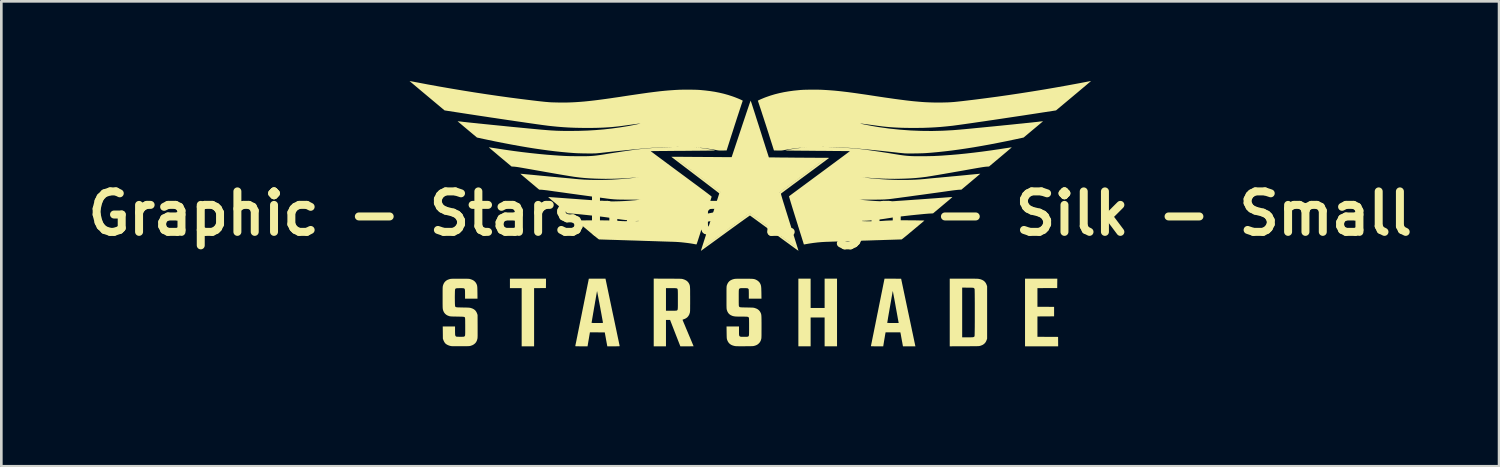
<source format=kicad_pcb>
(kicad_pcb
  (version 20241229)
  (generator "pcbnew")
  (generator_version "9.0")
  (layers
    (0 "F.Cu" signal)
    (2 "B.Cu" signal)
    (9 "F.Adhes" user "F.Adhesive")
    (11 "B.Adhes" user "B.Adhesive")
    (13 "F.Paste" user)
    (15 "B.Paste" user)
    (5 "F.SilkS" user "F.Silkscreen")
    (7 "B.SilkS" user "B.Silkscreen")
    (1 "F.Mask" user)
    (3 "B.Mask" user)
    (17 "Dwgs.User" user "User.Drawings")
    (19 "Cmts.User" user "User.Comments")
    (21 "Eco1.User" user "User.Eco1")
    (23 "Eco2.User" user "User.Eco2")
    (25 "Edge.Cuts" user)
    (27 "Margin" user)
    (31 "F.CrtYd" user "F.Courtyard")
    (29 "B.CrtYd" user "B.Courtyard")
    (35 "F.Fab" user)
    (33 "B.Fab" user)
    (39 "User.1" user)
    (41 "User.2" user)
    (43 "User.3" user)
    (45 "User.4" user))
  (footprint "Graphic - Starshade Logo - Silk - Small"
    (layer "F.Cu")
    (at 25.19 4.989)
    (property "Reference" "Graphic - Starshade Logo - Silk - Small" (at 0 0 0) (layer "F.SilkS") (effects (font (size 1.524 1.524) (thickness 0.3))))
    (property "Description" "©2020-2024 Remy Starshade. All rights reserved. Use on commercial products is prohibited." (at 0 6 0) (unlocked yes) (layer "User.2") (effects (font (size 0.5 0.5) (thickness 0.15))))
    (attr board_only exclude_from_pos_files exclude_from_bom allow_missing_courtyard)
    (fp_poly (pts (xy -7.688 2.627) (xy -7.69 2.804) (xy -7.913 2.806) (xy -8.135 2.807) (xy -8.135 4.997) (xy -8.603 4.997) (xy -8.603 2.807) (xy -9.045 2.807) (xy -9.045 2.45) (xy -7.687 2.45)) (stroke (width 0) (type solid)) (fill yes) (layer "F.SilkS"))
    (fp_poly (pts (xy 2.274 3.554) (xy 2.801 3.554) (xy 2.801 2.45) (xy 3.268 2.45) (xy 3.268 4.997) (xy 2.801 4.997) (xy 2.801 3.912) (xy 2.274 3.912) (xy 2.274 4.997) (xy 1.813 4.997) (xy 1.813 2.45) (xy 2.274 2.45)) (stroke (width 0) (type solid)) (fill yes) (layer "F.SilkS"))
    (fp_poly (pts (xy 11.558 2.627) (xy 11.556 2.804) (xy 11.184 2.805) (xy 10.812 2.807) (xy 10.812 3.509) (xy 11.439 3.512) (xy 11.439 3.869) (xy 10.812 3.873) (xy 10.812 4.639) (xy 11.201 4.641) (xy 11.589 4.643) (xy 11.591 4.82) (xy 11.592 4.997) (xy 10.345 4.997) (xy 10.345 2.45) (xy 11.56 2.45)) (stroke (width 0) (type solid)) (fill yes) (layer "F.SilkS"))
    (fp_poly (pts (xy 8.133 2.45) (xy 8.231 2.45) (xy 8.318 2.451) (xy 8.393 2.451) (xy 8.457 2.452) (xy 8.509 2.453) (xy 8.549 2.454) (xy 8.576 2.456) (xy 8.588 2.457) (xy 8.664 2.472) (xy 8.73 2.496) (xy 8.786 2.528) (xy 8.833 2.569) (xy 8.87 2.619) (xy 8.897 2.677) (xy 8.9 2.685) (xy 8.918 2.739) (xy 8.918 4.708) (xy 8.901 4.758) (xy 8.876 4.817) (xy 8.843 4.867) (xy 8.802 4.908) (xy 8.752 4.942) (xy 8.691 4.968) (xy 8.656 4.979) (xy 8.647 4.982) (xy 8.638 4.984) (xy 8.628 4.986) (xy 8.617 4.987) (xy 8.602 4.989) (xy 8.585 4.99) (xy 8.563 4.991) (xy 8.535 4.992) (xy 8.502 4.993) (xy 8.461 4.993) (xy 8.412 4.994) (xy 8.355 4.994) (xy 8.288 4.994) (xy 8.21 4.995) (xy 8.12 4.995) (xy 8.059 4.995) (xy 7.511 4.997) (xy 7.511 2.787) (xy 7.979 2.787) (xy 7.979 4.659) (xy 8.181 4.659) (xy 8.239 4.659) (xy 8.286 4.659) (xy 8.322 4.658) (xy 8.35 4.657) (xy 8.372 4.656) (xy 8.388 4.654) (xy 8.399 4.651) (xy 8.409 4.648) (xy 8.409 4.648) (xy 8.431 4.636) (xy 8.444 4.618) (xy 8.445 4.616) (xy 8.446 4.606) (xy 8.447 4.585) (xy 8.448 4.552) (xy 8.449 4.509) (xy 8.45 4.457) (xy 8.451 4.397) (xy 8.452 4.329) (xy 8.453 4.255) (xy 8.453 4.175) (xy 8.454 4.09) (xy 8.454 4.002) (xy 8.454 3.911) (xy 8.454 3.818) (xy 8.454 3.725) (xy 8.454 3.631) (xy 8.454 3.538) (xy 8.454 3.447) (xy 8.454 3.359) (xy 8.453 3.275) (xy 8.453 3.195) (xy 8.452 3.121) (xy 8.452 3.053) (xy 8.451 2.992) (xy 8.45 2.94) (xy 8.449 2.897) (xy 8.448 2.865) (xy 8.447 2.843) (xy 8.446 2.834) (xy 8.445 2.834) (xy 8.434 2.819) (xy 8.419 2.805) (xy 8.419 2.804) (xy 8.414 2.801) (xy 8.407 2.798) (xy 8.398 2.795) (xy 8.386 2.793) (xy 8.368 2.792) (xy 8.344 2.791) (xy 8.312 2.79) (xy 8.27 2.79) (xy 8.217 2.789) (xy 8.19 2.789) (xy 7.979 2.787) (xy 7.511 2.787) (xy 7.511 2.45) (xy 8.024 2.45)) (stroke (width 0) (type solid)) (fill yes) (layer "F.SilkS"))
    (fp_poly (pts (xy -3.108 2.451) (xy -3.013 2.452) (xy -2.93 2.452) (xy -2.858 2.452) (xy -2.797 2.453) (xy -2.745 2.453) (xy -2.701 2.454) (xy -2.665 2.454) (xy -2.636 2.455) (xy -2.612 2.456) (xy -2.592 2.457) (xy -2.577 2.459) (xy -2.564 2.46) (xy -2.554 2.462) (xy -2.544 2.464) (xy -2.535 2.467) (xy -2.531 2.468) (xy -2.462 2.492) (xy -2.405 2.522) (xy -2.358 2.56) (xy -2.321 2.605) (xy -2.301 2.64) (xy -2.294 2.655) (xy -2.287 2.669) (xy -2.282 2.684) (xy -2.277 2.699) (xy -2.274 2.716) (xy -2.27 2.736) (xy -2.268 2.76) (xy -2.266 2.789) (xy -2.264 2.823) (xy -2.263 2.865) (xy -2.262 2.914) (xy -2.262 2.972) (xy -2.262 3.04) (xy -2.261 3.119) (xy -2.261 3.21) (xy -2.261 3.23) (xy -2.261 3.319) (xy -2.261 3.395) (xy -2.262 3.461) (xy -2.262 3.517) (xy -2.262 3.564) (xy -2.263 3.602) (xy -2.263 3.634) (xy -2.264 3.659) (xy -2.265 3.68) (xy -2.267 3.696) (xy -2.268 3.71) (xy -2.27 3.721) (xy -2.272 3.731) (xy -2.274 3.738) (xy -2.296 3.803) (xy -2.328 3.858) (xy -2.368 3.905) (xy -2.418 3.942) (xy -2.477 3.97) (xy -2.498 3.977) (xy -2.521 3.985) (xy -2.538 3.992) (xy -2.547 3.998) (xy -2.547 3.999) (xy -2.545 4.006) (xy -2.538 4.024) (xy -2.526 4.053) (xy -2.511 4.09) (xy -2.492 4.136) (xy -2.469 4.189) (xy -2.444 4.249) (xy -2.417 4.315) (xy -2.387 4.385) (xy -2.356 4.459) (xy -2.339 4.5) (xy -2.307 4.575) (xy -2.277 4.647) (xy -2.248 4.715) (xy -2.222 4.778) (xy -2.198 4.834) (xy -2.178 4.884) (xy -2.16 4.925) (xy -2.147 4.958) (xy -2.137 4.98) (xy -2.132 4.993) (xy -2.131 4.995) (xy -2.138 4.995) (xy -2.155 4.996) (xy -2.183 4.996) (xy -2.22 4.996) (xy -2.264 4.997) (xy -2.315 4.997) (xy -2.369 4.997) (xy -2.38 4.997) (xy -2.63 4.997) (xy -2.824 4.5) (xy -3.017 4.003) (xy -3.171 4.003) (xy -3.171 4.997) (xy -3.632 4.997) (xy -3.632 3.658) (xy -3.171 3.658) (xy -2.976 3.658) (xy -2.918 3.658) (xy -2.873 3.658) (xy -2.837 3.657) (xy -2.81 3.656) (xy -2.79 3.655) (xy -2.776 3.653) (xy -2.766 3.65) (xy -2.761 3.648) (xy -2.753 3.644) (xy -2.746 3.639) (xy -2.741 3.633) (xy -2.736 3.625) (xy -2.732 3.613) (xy -2.729 3.597) (xy -2.727 3.576) (xy -2.725 3.548) (xy -2.724 3.513) (xy -2.723 3.469) (xy -2.723 3.416) (xy -2.723 3.352) (xy -2.723 3.277) (xy -2.723 3.233) (xy -2.723 3.151) (xy -2.723 3.081) (xy -2.723 3.022) (xy -2.724 2.973) (xy -2.725 2.934) (xy -2.726 2.902) (xy -2.728 2.877) (xy -2.731 2.858) (xy -2.734 2.844) (xy -2.739 2.835) (xy -2.744 2.828) (xy -2.75 2.823) (xy -2.758 2.819) (xy -2.764 2.817) (xy -2.774 2.814) (xy -2.787 2.811) (xy -2.807 2.81) (xy -2.833 2.808) (xy -2.868 2.808) (xy -2.913 2.807) (xy -2.969 2.807) (xy -2.979 2.807) (xy -3.171 2.807) (xy -3.171 3.658) (xy -3.632 3.658) (xy -3.632 2.449)) (stroke (width 0) (type solid)) (fill yes) (layer "F.SilkS"))
    (fp_poly (pts (xy 5.681 2.453) (xy 5.946 3.71) (xy 5.973 3.836) (xy 5.999 3.958) (xy 6.024 4.077) (xy 6.048 4.191) (xy 6.071 4.299) (xy 6.092 4.402) (xy 6.113 4.499) (xy 6.132 4.589) (xy 6.149 4.671) (xy 6.165 4.745) (xy 6.178 4.81) (xy 6.19 4.865) (xy 6.2 4.911) (xy 6.207 4.946) (xy 6.212 4.969) (xy 6.215 4.981) (xy 6.215 4.982) (xy 6.219 4.997) (xy 5.751 4.997) (xy 5.747 4.982) (xy 5.745 4.972) (xy 5.741 4.952) (xy 5.736 4.921) (xy 5.729 4.883) (xy 5.721 4.838) (xy 5.711 4.789) (xy 5.705 4.753) (xy 5.695 4.7) (xy 5.686 4.65) (xy 5.678 4.604) (xy 5.671 4.565) (xy 5.665 4.534) (xy 5.661 4.512) (xy 5.659 4.505) (xy 5.652 4.471) (xy 5.096 4.471) (xy 5.086 4.524) (xy 5.082 4.544) (xy 5.077 4.574) (xy 5.07 4.614) (xy 5.063 4.66) (xy 5.054 4.71) (xy 5.045 4.763) (xy 5.041 4.787) (xy 5.007 4.997) (xy 4.774 4.997) (xy 4.713 4.997) (xy 4.663 4.997) (xy 4.624 4.996) (xy 4.595 4.996) (xy 4.573 4.995) (xy 4.559 4.994) (xy 4.55 4.992) (xy 4.545 4.99) (xy 4.544 4.988) (xy 4.544 4.985) (xy 4.546 4.978) (xy 4.55 4.958) (xy 4.556 4.927) (xy 4.565 4.885) (xy 4.576 4.833) (xy 4.588 4.771) (xy 4.602 4.7) (xy 4.618 4.621) (xy 4.636 4.534) (xy 4.655 4.44) (xy 4.675 4.339) (xy 4.697 4.232) (xy 4.72 4.12) (xy 4.721 4.111) (xy 5.159 4.111) (xy 5.162 4.114) (xy 5.171 4.116) (xy 5.187 4.117) (xy 5.212 4.118) (xy 5.245 4.119) (xy 5.29 4.119) (xy 5.345 4.12) (xy 5.374 4.12) (xy 5.59 4.12) (xy 5.586 4.105) (xy 5.585 4.097) (xy 5.581 4.076) (xy 5.575 4.045) (xy 5.568 4.004) (xy 5.558 3.954) (xy 5.548 3.895) (xy 5.536 3.829) (xy 5.523 3.757) (xy 5.509 3.68) (xy 5.494 3.598) (xy 5.478 3.513) (xy 5.477 3.506) (xy 5.462 3.42) (xy 5.447 3.338) (xy 5.433 3.261) (xy 5.42 3.189) (xy 5.407 3.124) (xy 5.397 3.066) (xy 5.387 3.016) (xy 5.38 2.975) (xy 5.374 2.944) (xy 5.369 2.924) (xy 5.367 2.916) (xy 5.367 2.916) (xy 5.366 2.922) (xy 5.362 2.939) (xy 5.357 2.967) (xy 5.35 3.005) (xy 5.342 3.051) (xy 5.332 3.104) (xy 5.321 3.164) (xy 5.31 3.23) (xy 5.298 3.299) (xy 5.285 3.372) (xy 5.272 3.446) (xy 5.259 3.522) (xy 5.245 3.597) (xy 5.233 3.671) (xy 5.22 3.743) (xy 5.208 3.812) (xy 5.197 3.876) (xy 5.187 3.935) (xy 5.179 3.987) (xy 5.171 4.031) (xy 5.166 4.067) (xy 5.161 4.093) (xy 5.159 4.108) (xy 5.159 4.111) (xy 4.721 4.111) (xy 4.743 4.003) (xy 4.767 3.882) (xy 4.792 3.757) (xy 4.799 3.727) (xy 4.824 3.601) (xy 4.848 3.479) (xy 4.872 3.361) (xy 4.895 3.248) (xy 4.917 3.139) (xy 4.937 3.037) (xy 4.957 2.94) (xy 4.975 2.851) (xy 4.991 2.77) (xy 5.006 2.696) (xy 5.019 2.632) (xy 5.03 2.577) (xy 5.039 2.532) (xy 5.046 2.498) (xy 5.051 2.476) (xy 5.053 2.465) (xy 5.053 2.464) (xy 5.057 2.45)) (stroke (width 0) (type solid)) (fill yes) (layer "F.SilkS"))
    (fp_poly (pts (xy -5.448 2.45) (xy -5.183 3.712) (xy -5.156 3.838) (xy -5.13 3.96) (xy -5.105 4.079) (xy -5.081 4.193) (xy -5.058 4.302) (xy -5.036 4.405) (xy -5.016 4.502) (xy -4.997 4.592) (xy -4.98 4.674) (xy -4.964 4.748) (xy -4.95 4.813) (xy -4.939 4.868) (xy -4.929 4.914) (xy -4.922 4.949) (xy -4.917 4.973) (xy -4.914 4.984) (xy -4.914 4.985) (xy -4.914 4.988) (xy -4.916 4.991) (xy -4.922 4.993) (xy -4.932 4.994) (xy -4.948 4.995) (xy -4.972 4.996) (xy -5.004 4.996) (xy -5.046 4.997) (xy -5.098 4.997) (xy -5.145 4.997) (xy -5.38 4.997) (xy -5.383 4.976) (xy -5.385 4.965) (xy -5.39 4.942) (xy -5.395 4.91) (xy -5.403 4.87) (xy -5.411 4.824) (xy -5.421 4.772) (xy -5.431 4.717) (xy -5.431 4.714) (xy -5.475 4.474) (xy -5.755 4.472) (xy -6.034 4.47) (xy -6.045 4.537) (xy -6.049 4.561) (xy -6.055 4.595) (xy -6.062 4.638) (xy -6.07 4.686) (xy -6.079 4.737) (xy -6.088 4.79) (xy -6.09 4.8) (xy -6.123 4.997) (xy -6.356 4.997) (xy -6.419 4.997) (xy -6.471 4.996) (xy -6.511 4.996) (xy -6.542 4.995) (xy -6.564 4.994) (xy -6.577 4.993) (xy -6.584 4.991) (xy -6.586 4.989) (xy -6.584 4.982) (xy -6.58 4.963) (xy -6.574 4.932) (xy -6.566 4.892) (xy -6.555 4.841) (xy -6.543 4.782) (xy -6.53 4.714) (xy -6.514 4.638) (xy -6.498 4.556) (xy -6.48 4.468) (xy -6.461 4.374) (xy -6.441 4.276) (xy -6.421 4.174) (xy -6.408 4.112) (xy -5.972 4.112) (xy -5.968 4.114) (xy -5.955 4.116) (xy -5.933 4.118) (xy -5.902 4.119) (xy -5.859 4.119) (xy -5.805 4.12) (xy -5.757 4.12) (xy -5.696 4.12) (xy -5.647 4.119) (xy -5.609 4.119) (xy -5.58 4.118) (xy -5.561 4.116) (xy -5.549 4.115) (xy -5.543 4.113) (xy -5.543 4.111) (xy -5.544 4.102) (xy -5.547 4.081) (xy -5.553 4.05) (xy -5.56 4.01) (xy -5.569 3.961) (xy -5.579 3.906) (xy -5.59 3.845) (xy -5.602 3.778) (xy -5.615 3.708) (xy -5.629 3.635) (xy -5.642 3.56) (xy -5.656 3.485) (xy -5.67 3.41) (xy -5.684 3.336) (xy -5.698 3.266) (xy -5.71 3.198) (xy -5.722 3.136) (xy -5.733 3.079) (xy -5.743 3.029) (xy -5.751 2.987) (xy -5.758 2.954) (xy -5.762 2.931) (xy -5.765 2.919) (xy -5.766 2.918) (xy -5.767 2.925) (xy -5.771 2.944) (xy -5.776 2.974) (xy -5.783 3.014) (xy -5.792 3.062) (xy -5.801 3.117) (xy -5.812 3.178) (xy -5.823 3.245) (xy -5.836 3.315) (xy -5.848 3.389) (xy -5.861 3.464) (xy -5.875 3.54) (xy -5.888 3.616) (xy -5.9 3.69) (xy -5.913 3.761) (xy -5.924 3.829) (xy -5.935 3.893) (xy -5.945 3.95) (xy -5.953 4.001) (xy -5.96 4.043) (xy -5.966 4.076) (xy -5.97 4.099) (xy -5.971 4.111) (xy -5.972 4.112) (xy -6.408 4.112) (xy -6.4 4.069) (xy -6.378 3.962) (xy -6.356 3.853) (xy -6.334 3.743) (xy -6.312 3.632) (xy -6.29 3.523) (xy -6.268 3.415) (xy -6.247 3.309) (xy -6.226 3.205) (xy -6.206 3.106) (xy -6.187 3.01) (xy -6.169 2.92) (xy -6.152 2.835) (xy -6.136 2.757) (xy -6.122 2.686) (xy -6.109 2.623) (xy -6.098 2.569) (xy -6.089 2.525) (xy -6.083 2.49) (xy -6.078 2.467) (xy -6.076 2.455) (xy -6.075 2.454) (xy -6.069 2.453) (xy -6.051 2.452) (xy -6.023 2.451) (xy -5.985 2.451) (xy -5.939 2.45) (xy -5.887 2.45) (xy -5.829 2.45) (xy -5.766 2.45) (xy -5.762 2.45)) (stroke (width 0) (type solid)) (fill yes) (layer "F.SilkS"))
    (fp_poly (pts (xy -10.851 2.453) (xy -10.788 2.453) (xy -10.735 2.453) (xy -10.692 2.454) (xy -10.657 2.454) (xy -10.629 2.455) (xy -10.606 2.456) (xy -10.588 2.457) (xy -10.574 2.459) (xy -10.561 2.461) (xy -10.55 2.464) (xy -10.538 2.467) (xy -10.536 2.468) (xy -10.469 2.491) (xy -10.413 2.521) (xy -10.367 2.558) (xy -10.33 2.602) (xy -10.314 2.629) (xy -10.304 2.649) (xy -10.295 2.668) (xy -10.288 2.687) (xy -10.282 2.707) (xy -10.278 2.73) (xy -10.275 2.758) (xy -10.272 2.792) (xy -10.271 2.833) (xy -10.27 2.884) (xy -10.269 2.945) (xy -10.268 2.974) (xy -10.266 3.203) (xy -10.734 3.203) (xy -10.734 3.038) (xy -10.735 2.98) (xy -10.735 2.935) (xy -10.737 2.899) (xy -10.739 2.872) (xy -10.743 2.853) (xy -10.748 2.839) (xy -10.756 2.829) (xy -10.765 2.822) (xy -10.777 2.816) (xy -10.788 2.813) (xy -10.802 2.81) (xy -10.822 2.809) (xy -10.849 2.808) (xy -10.885 2.808) (xy -10.933 2.808) (xy -10.936 2.808) (xy -10.984 2.809) (xy -11.022 2.81) (xy -11.05 2.813) (xy -11.07 2.816) (xy -11.084 2.821) (xy -11.094 2.829) (xy -11.101 2.84) (xy -11.107 2.854) (xy -11.109 2.857) (xy -11.111 2.869) (xy -11.113 2.893) (xy -11.115 2.926) (xy -11.116 2.967) (xy -11.117 3.015) (xy -11.118 3.067) (xy -11.119 3.123) (xy -11.119 3.18) (xy -11.118 3.236) (xy -11.118 3.291) (xy -11.117 3.342) (xy -11.116 3.388) (xy -11.114 3.427) (xy -11.112 3.458) (xy -11.11 3.478) (xy -11.109 3.486) (xy -11.104 3.497) (xy -11.099 3.506) (xy -11.092 3.513) (xy -11.083 3.519) (xy -11.069 3.524) (xy -11.051 3.527) (xy -11.026 3.53) (xy -10.993 3.532) (xy -10.951 3.533) (xy -10.899 3.534) (xy -10.835 3.535) (xy -10.819 3.536) (xy -10.755 3.537) (xy -10.702 3.538) (xy -10.66 3.539) (xy -10.625 3.54) (xy -10.598 3.542) (xy -10.576 3.544) (xy -10.558 3.546) (xy -10.542 3.549) (xy -10.527 3.552) (xy -10.521 3.553) (xy -10.456 3.575) (xy -10.401 3.604) (xy -10.355 3.64) (xy -10.319 3.686) (xy -10.29 3.74) (xy -10.281 3.764) (xy -10.263 3.817) (xy -10.261 4.245) (xy -10.261 4.331) (xy -10.261 4.404) (xy -10.261 4.467) (xy -10.261 4.519) (xy -10.261 4.563) (xy -10.261 4.599) (xy -10.262 4.628) (xy -10.263 4.652) (xy -10.264 4.67) (xy -10.265 4.686) (xy -10.267 4.698) (xy -10.269 4.71) (xy -10.271 4.72) (xy -10.273 4.726) (xy -10.289 4.78) (xy -10.31 4.825) (xy -10.336 4.863) (xy -10.358 4.887) (xy -10.404 4.925) (xy -10.46 4.956) (xy -10.526 4.979) (xy -10.537 4.982) (xy -10.549 4.985) (xy -10.562 4.987) (xy -10.578 4.989) (xy -10.597 4.99) (xy -10.62 4.991) (xy -10.65 4.992) (xy -10.688 4.993) (xy -10.734 4.993) (xy -10.79 4.994) (xy -10.857 4.994) (xy -10.894 4.994) (xy -10.958 4.994) (xy -11.02 4.994) (xy -11.077 4.994) (xy -11.129 4.994) (xy -11.174 4.993) (xy -11.21 4.992) (xy -11.236 4.991) (xy -11.25 4.99) (xy -11.251 4.99) (xy -11.307 4.978) (xy -11.362 4.959) (xy -11.412 4.936) (xy -11.454 4.908) (xy -11.471 4.894) (xy -11.499 4.861) (xy -11.524 4.819) (xy -11.546 4.772) (xy -11.551 4.759) (xy -11.569 4.708) (xy -11.571 4.479) (xy -11.574 4.25) (xy -11.111 4.25) (xy -11.111 4.404) (xy -11.111 4.449) (xy -11.11 4.491) (xy -11.109 4.527) (xy -11.108 4.556) (xy -11.106 4.576) (xy -11.105 4.581) (xy -11.095 4.602) (xy -11.082 4.62) (xy -11.082 4.62) (xy -11.076 4.626) (xy -11.069 4.63) (xy -11.061 4.632) (xy -11.048 4.635) (xy -11.029 4.636) (xy -11.002 4.637) (xy -10.966 4.638) (xy -10.927 4.638) (xy -10.878 4.639) (xy -10.836 4.638) (xy -10.804 4.637) (xy -10.781 4.635) (xy -10.771 4.633) (xy -10.756 4.623) (xy -10.742 4.608) (xy -10.741 4.605) (xy -10.738 4.6) (xy -10.736 4.594) (xy -10.733 4.586) (xy -10.732 4.575) (xy -10.731 4.56) (xy -10.73 4.539) (xy -10.729 4.512) (xy -10.728 4.477) (xy -10.728 4.433) (xy -10.728 4.38) (xy -10.728 4.315) (xy -10.728 4.265) (xy -10.728 4.179) (xy -10.729 4.105) (xy -10.729 4.044) (xy -10.73 3.995) (xy -10.732 3.959) (xy -10.733 3.936) (xy -10.735 3.926) (xy -10.739 3.916) (xy -10.743 3.907) (xy -10.749 3.9) (xy -10.758 3.894) (xy -10.771 3.89) (xy -10.79 3.887) (xy -10.815 3.884) (xy -10.847 3.882) (xy -10.889 3.881) (xy -10.941 3.88) (xy -11.004 3.879) (xy -11.027 3.878) (xy -11.094 3.877) (xy -11.15 3.876) (xy -11.196 3.875) (xy -11.233 3.873) (xy -11.262 3.872) (xy -11.284 3.869) (xy -11.302 3.867) (xy -11.316 3.864) (xy -11.319 3.864) (xy -11.385 3.841) (xy -11.441 3.81) (xy -11.487 3.77) (xy -11.525 3.721) (xy -11.553 3.663) (xy -11.569 3.608) (xy -11.571 3.597) (xy -11.573 3.584) (xy -11.574 3.567) (xy -11.576 3.546) (xy -11.577 3.52) (xy -11.578 3.488) (xy -11.578 3.448) (xy -11.579 3.4) (xy -11.579 3.342) (xy -11.579 3.274) (xy -11.579 3.194) (xy -11.579 3.163) (xy -11.579 3.08) (xy -11.579 3.01) (xy -11.579 2.95) (xy -11.579 2.9) (xy -11.578 2.859) (xy -11.578 2.825) (xy -11.577 2.798) (xy -11.576 2.776) (xy -11.574 2.759) (xy -11.573 2.744) (xy -11.571 2.732) (xy -11.568 2.721) (xy -11.566 2.713) (xy -11.545 2.651) (xy -11.516 2.599) (xy -11.478 2.554) (xy -11.474 2.551) (xy -11.438 2.521) (xy -11.397 2.497) (xy -11.348 2.478) (xy -11.314 2.467) (xy -11.302 2.464) (xy -11.291 2.462) (xy -11.279 2.459) (xy -11.265 2.458) (xy -11.247 2.456) (xy -11.225 2.455) (xy -11.198 2.454) (xy -11.163 2.454) (xy -11.12 2.453) (xy -11.068 2.453) (xy -11.006 2.453) (xy -10.931 2.453) (xy -10.926 2.453)) (stroke (width 0) (type solid)) (fill yes) (layer "F.SilkS"))
    (fp_poly (pts (xy -0.158 2.453) (xy -0.09 2.453) (xy -0.032 2.454) (xy 0.016 2.455) (xy 0.056 2.456) (xy 0.09 2.458) (xy 0.118 2.461) (xy 0.141 2.465) (xy 0.162 2.47) (xy 0.181 2.476) (xy 0.2 2.483) (xy 0.219 2.492) (xy 0.233 2.499) (xy 0.276 2.524) (xy 0.317 2.558) (xy 0.351 2.595) (xy 0.373 2.631) (xy 0.384 2.654) (xy 0.393 2.675) (xy 0.401 2.698) (xy 0.406 2.723) (xy 0.411 2.751) (xy 0.414 2.786) (xy 0.417 2.827) (xy 0.418 2.877) (xy 0.42 2.937) (xy 0.421 2.984) (xy 0.424 3.203) (xy -0.052 3.203) (xy -0.052 3.035) (xy -0.052 2.988) (xy -0.053 2.945) (xy -0.054 2.907) (xy -0.055 2.878) (xy -0.057 2.858) (xy -0.058 2.85) (xy -0.068 2.835) (xy -0.084 2.822) (xy -0.086 2.82) (xy -0.094 2.816) (xy -0.104 2.812) (xy -0.116 2.81) (xy -0.134 2.809) (xy -0.158 2.808) (xy -0.192 2.807) (xy -0.237 2.807) (xy -0.24 2.807) (xy -0.286 2.807) (xy -0.32 2.808) (xy -0.346 2.808) (xy -0.364 2.81) (xy -0.377 2.812) (xy -0.386 2.815) (xy -0.394 2.82) (xy -0.403 2.825) (xy -0.41 2.83) (xy -0.416 2.836) (xy -0.421 2.845) (xy -0.424 2.856) (xy -0.427 2.872) (xy -0.429 2.894) (xy -0.431 2.922) (xy -0.431 2.959) (xy -0.432 3.004) (xy -0.432 3.059) (xy -0.432 3.126) (xy -0.432 3.168) (xy -0.432 3.239) (xy -0.432 3.299) (xy -0.432 3.348) (xy -0.431 3.387) (xy -0.431 3.418) (xy -0.43 3.442) (xy -0.429 3.46) (xy -0.427 3.473) (xy -0.425 3.483) (xy -0.423 3.49) (xy -0.421 3.494) (xy -0.415 3.503) (xy -0.41 3.511) (xy -0.403 3.517) (xy -0.393 3.522) (xy -0.38 3.525) (xy -0.361 3.528) (xy -0.335 3.53) (xy -0.302 3.532) (xy -0.26 3.533) (xy -0.207 3.534) (xy -0.143 3.535) (xy -0.133 3.535) (xy -0.069 3.537) (xy -0.016 3.538) (xy 0.027 3.539) (xy 0.061 3.54) (xy 0.089 3.541) (xy 0.11 3.543) (xy 0.128 3.545) (xy 0.143 3.548) (xy 0.157 3.551) (xy 0.164 3.553) (xy 0.228 3.575) (xy 0.282 3.603) (xy 0.326 3.638) (xy 0.362 3.68) (xy 0.379 3.709) (xy 0.388 3.726) (xy 0.396 3.742) (xy 0.402 3.757) (xy 0.408 3.772) (xy 0.412 3.789) (xy 0.416 3.809) (xy 0.419 3.833) (xy 0.421 3.861) (xy 0.423 3.896) (xy 0.424 3.937) (xy 0.425 3.986) (xy 0.425 4.044) (xy 0.426 4.112) (xy 0.426 4.192) (xy 0.426 4.263) (xy 0.426 4.348) (xy 0.425 4.421) (xy 0.425 4.483) (xy 0.425 4.536) (xy 0.425 4.579) (xy 0.424 4.615) (xy 0.423 4.644) (xy 0.422 4.667) (xy 0.421 4.685) (xy 0.419 4.7) (xy 0.417 4.712) (xy 0.415 4.722) (xy 0.414 4.726) (xy 0.398 4.779) (xy 0.376 4.823) (xy 0.348 4.863) (xy 0.325 4.887) (xy 0.292 4.917) (xy 0.257 4.94) (xy 0.216 4.96) (xy 0.167 4.976) (xy 0.157 4.979) (xy 0.145 4.982) (xy 0.133 4.985) (xy 0.12 4.987) (xy 0.105 4.989) (xy 0.086 4.99) (xy 0.062 4.991) (xy 0.032 4.992) (xy -0.005 4.993) (xy -0.051 4.994) (xy -0.107 4.994) (xy -0.174 4.994) (xy -0.211 4.995) (xy -0.289 4.995) (xy -0.355 4.995) (xy -0.411 4.995) (xy -0.456 4.994) (xy -0.494 4.993) (xy -0.523 4.992) (xy -0.547 4.991) (xy -0.565 4.989) (xy -0.578 4.987) (xy -0.65 4.969) (xy -0.712 4.944) (xy -0.764 4.91) (xy -0.806 4.869) (xy -0.84 4.818) (xy -0.867 4.758) (xy -0.874 4.734) (xy -0.877 4.721) (xy -0.88 4.706) (xy -0.882 4.687) (xy -0.884 4.662) (xy -0.885 4.631) (xy -0.886 4.591) (xy -0.887 4.541) (xy -0.888 4.48) (xy -0.888 4.472) (xy -0.891 4.25) (xy -0.422 4.25) (xy -0.422 4.416) (xy -0.422 4.475) (xy -0.422 4.524) (xy -0.42 4.561) (xy -0.415 4.59) (xy -0.406 4.61) (xy -0.392 4.624) (xy -0.372 4.633) (xy -0.345 4.638) (xy -0.31 4.639) (xy -0.265 4.64) (xy -0.23 4.639) (xy -0.184 4.639) (xy -0.149 4.639) (xy -0.122 4.638) (xy -0.104 4.636) (xy -0.091 4.634) (xy -0.081 4.631) (xy -0.078 4.628) (xy -0.07 4.624) (xy -0.063 4.619) (xy -0.058 4.612) (xy -0.054 4.603) (xy -0.05 4.59) (xy -0.047 4.572) (xy -0.045 4.549) (xy -0.044 4.518) (xy -0.043 4.48) (xy -0.043 4.433) (xy -0.042 4.375) (xy -0.042 4.306) (xy -0.042 4.256) (xy -0.042 4.183) (xy -0.042 4.121) (xy -0.043 4.07) (xy -0.043 4.029) (xy -0.044 3.997) (xy -0.044 3.972) (xy -0.045 3.953) (xy -0.047 3.939) (xy -0.048 3.929) (xy -0.051 3.922) (xy -0.053 3.917) (xy -0.054 3.916) (xy -0.061 3.906) (xy -0.068 3.899) (xy -0.078 3.893) (xy -0.092 3.888) (xy -0.11 3.884) (xy -0.134 3.882) (xy -0.166 3.881) (xy -0.207 3.88) (xy -0.259 3.879) (xy -0.321 3.879) (xy -0.392 3.879) (xy -0.452 3.878) (xy -0.501 3.877) (xy -0.543 3.875) (xy -0.578 3.872) (xy -0.607 3.867) (xy -0.634 3.862) (xy -0.658 3.856) (xy -0.678 3.849) (xy -0.736 3.823) (xy -0.784 3.789) (xy -0.823 3.748) (xy -0.854 3.697) (xy -0.877 3.636) (xy -0.882 3.619) (xy -0.884 3.61) (xy -0.886 3.599) (xy -0.888 3.586) (xy -0.889 3.57) (xy -0.891 3.549) (xy -0.891 3.523) (xy -0.892 3.491) (xy -0.893 3.451) (xy -0.893 3.403) (xy -0.893 3.346) (xy -0.893 3.277) (xy -0.893 3.198) (xy -0.893 3.164) (xy -0.893 3.08) (xy -0.893 3.008) (xy -0.893 2.947) (xy -0.893 2.895) (xy -0.892 2.853) (xy -0.892 2.818) (xy -0.891 2.79) (xy -0.89 2.768) (xy -0.889 2.75) (xy -0.887 2.737) (xy -0.885 2.725) (xy -0.883 2.715) (xy -0.882 2.71) (xy -0.858 2.646) (xy -0.826 2.592) (xy -0.786 2.547) (xy -0.736 2.511) (xy -0.676 2.483) (xy -0.614 2.465) (xy -0.601 2.462) (xy -0.587 2.46) (xy -0.572 2.458) (xy -0.553 2.456) (xy -0.529 2.455) (xy -0.5 2.454) (xy -0.464 2.454) (xy -0.419 2.453) (xy -0.365 2.453) (xy -0.301 2.453) (xy -0.237 2.453)) (stroke (width 0) (type solid)) (fill yes) (layer "F.SilkS"))
    (fp_poly (pts (xy 12.825 -4.985) (xy 12.811 -4.972) (xy 12.788 -4.953) (xy 12.757 -4.927) (xy 12.718 -4.894) (xy 12.672 -4.855) (xy 12.62 -4.811) (xy 12.562 -4.762) (xy 12.498 -4.709) (xy 12.429 -4.651) (xy 12.357 -4.59) (xy 12.281 -4.526) (xy 12.201 -4.46) (xy 12.172 -4.435) (xy 11.512 -3.883) (xy 10.953 -3.797) (xy 10.792 -3.772) (xy 10.629 -3.747) (xy 10.463 -3.722) (xy 10.297 -3.696) (xy 10.129 -3.671) (xy 9.961 -3.646) (xy 9.794 -3.621) (xy 9.627 -3.596) (xy 9.463 -3.571) (xy 9.301 -3.547) (xy 9.142 -3.523) (xy 8.987 -3.501) (xy 8.836 -3.478) (xy 8.69 -3.457) (xy 8.55 -3.437) (xy 8.416 -3.417) (xy 8.289 -3.399) (xy 8.17 -3.382) (xy 8.059 -3.366) (xy 7.957 -3.352) (xy 7.864 -3.339) (xy 7.782 -3.328) (xy 7.71 -3.318) (xy 7.65 -3.31) (xy 7.603 -3.304) (xy 7.601 -3.304) (xy 7.385 -3.281) (xy 7.172 -3.261) (xy 6.961 -3.246) (xy 6.748 -3.235) (xy 6.53 -3.227) (xy 6.304 -3.224) (xy 6.166 -3.223) (xy 5.992 -3.224) (xy 5.828 -3.226) (xy 5.674 -3.23) (xy 5.528 -3.236) (xy 5.388 -3.244) (xy 5.253 -3.254) (xy 5.121 -3.265) (xy 4.99 -3.279) (xy 4.858 -3.296) (xy 4.815 -3.301) (xy 4.748 -3.311) (xy 4.674 -3.321) (xy 4.597 -3.331) (xy 4.52 -3.342) (xy 4.447 -3.352) (xy 4.382 -3.361) (xy 4.364 -3.363) (xy 4.313 -3.37) (xy 4.266 -3.376) (xy 4.224 -3.382) (xy 4.189 -3.386) (xy 4.163 -3.389) (xy 4.148 -3.39) (xy 4.144 -3.39) (xy 4.146 -3.388) (xy 4.16 -3.383) (xy 4.184 -3.377) (xy 4.217 -3.37) (xy 4.259 -3.361) (xy 4.307 -3.351) (xy 4.361 -3.34) (xy 4.419 -3.329) (xy 4.481 -3.317) (xy 4.545 -3.305) (xy 4.609 -3.293) (xy 4.674 -3.282) (xy 4.737 -3.271) (xy 4.797 -3.261) (xy 4.852 -3.252) (xy 5.245 -3.198) (xy 5.641 -3.157) (xy 6.039 -3.128) (xy 6.439 -3.112) (xy 6.84 -3.108) (xy 7.243 -3.118) (xy 7.647 -3.14) (xy 7.911 -3.162) (xy 7.987 -3.169) (xy 8.071 -3.176) (xy 8.162 -3.185) (xy 8.259 -3.194) (xy 8.363 -3.204) (xy 8.471 -3.215) (xy 8.584 -3.226) (xy 8.7 -3.237) (xy 8.82 -3.249) (xy 8.942 -3.261) (xy 9.066 -3.273) (xy 9.191 -3.285) (xy 9.316 -3.298) (xy 9.441 -3.31) (xy 9.565 -3.323) (xy 9.687 -3.335) (xy 9.807 -3.347) (xy 9.924 -3.359) (xy 10.037 -3.371) (xy 10.146 -3.382) (xy 10.25 -3.392) (xy 10.349 -3.403) (xy 10.441 -3.412) (xy 10.525 -3.421) (xy 10.603 -3.429) (xy 10.671 -3.437) (xy 10.731 -3.443) (xy 10.781 -3.449) (xy 10.821 -3.453) (xy 10.849 -3.456) (xy 10.866 -3.459) (xy 10.87 -3.46) (xy 10.878 -3.461) (xy 10.896 -3.463) (xy 10.92 -3.465) (xy 10.929 -3.466) (xy 10.957 -3.469) (xy 10.983 -3.471) (xy 11.001 -3.474) (xy 11.004 -3.474) (xy 11.017 -3.476) (xy 11.019 -3.473) (xy 11.014 -3.468) (xy 11.007 -3.462) (xy 10.992 -3.448) (xy 10.968 -3.428) (xy 10.936 -3.402) (xy 10.898 -3.369) (xy 10.854 -3.332) (xy 10.805 -3.291) (xy 10.751 -3.246) (xy 10.695 -3.199) (xy 10.648 -3.16) (xy 10.292 -2.862) (xy 9.995 -2.798) (xy 9.657 -2.727) (xy 9.331 -2.662) (xy 9.016 -2.601) (xy 8.711 -2.546) (xy 8.416 -2.495) (xy 8.13 -2.45) (xy 7.853 -2.409) (xy 7.585 -2.373) (xy 7.324 -2.342) (xy 7.071 -2.315) (xy 6.824 -2.292) (xy 6.625 -2.277) (xy 6.575 -2.274) (xy 6.516 -2.271) (xy 6.451 -2.269) (xy 6.381 -2.267) (xy 6.307 -2.265) (xy 6.231 -2.264) (xy 6.156 -2.263) (xy 6.083 -2.262) (xy 6.013 -2.262) (xy 5.949 -2.263) (xy 5.892 -2.263) (xy 5.845 -2.265) (xy 5.808 -2.266) (xy 5.802 -2.267) (xy 5.771 -2.27) (xy 5.729 -2.274) (xy 5.68 -2.279) (xy 5.626 -2.284) (xy 5.57 -2.29) (xy 5.515 -2.297) (xy 5.513 -2.297) (xy 5.413 -2.308) (xy 5.304 -2.32) (xy 5.188 -2.333) (xy 5.066 -2.346) (xy 4.941 -2.359) (xy 4.812 -2.372) (xy 4.683 -2.385) (xy 4.554 -2.398) (xy 4.426 -2.41) (xy 4.302 -2.422) (xy 4.182 -2.433) (xy 4.069 -2.444) (xy 3.963 -2.453) (xy 3.866 -2.462) (xy 3.78 -2.469) (xy 3.733 -2.472) (xy 3.617 -2.48) (xy 3.499 -2.488) (xy 3.383 -2.494) (xy 3.271 -2.499) (xy 3.166 -2.502) (xy 3.073 -2.504) (xy 3.031 -2.505) (xy 2.997 -2.505) (xy 2.972 -2.505) (xy 2.957 -2.505) (xy 2.952 -2.505) (xy 2.96 -2.504) (xy 2.963 -2.504) (xy 3.094 -2.5) (xy 3.214 -2.495) (xy 3.325 -2.49) (xy 3.431 -2.484) (xy 3.532 -2.478) (xy 3.632 -2.472) (xy 3.733 -2.464) (xy 3.836 -2.456) (xy 3.945 -2.446) (xy 4.061 -2.435) (xy 4.149 -2.427) (xy 4.206 -2.421) (xy 4.276 -2.412) (xy 4.357 -2.402) (xy 4.447 -2.39) (xy 4.547 -2.376) (xy 4.655 -2.36) (xy 4.77 -2.343) (xy 4.892 -2.325) (xy 5.019 -2.305) (xy 5.151 -2.285) (xy 5.287 -2.263) (xy 5.425 -2.24) (xy 5.459 -2.235) (xy 5.554 -2.22) (xy 5.641 -2.206) (xy 5.721 -2.195) (xy 5.797 -2.185) (xy 5.87 -2.177) (xy 5.941 -2.171) (xy 6.013 -2.166) (xy 6.088 -2.162) (xy 6.166 -2.16) (xy 6.25 -2.158) (xy 6.342 -2.158) (xy 6.443 -2.158) (xy 6.556 -2.159) (xy 6.56 -2.159) (xy 6.647 -2.16) (xy 6.724 -2.162) (xy 6.793 -2.163) (xy 6.856 -2.164) (xy 6.916 -2.166) (xy 6.975 -2.169) (xy 7.036 -2.172) (xy 7.1 -2.175) (xy 7.171 -2.179) (xy 7.25 -2.184) (xy 7.284 -2.187) (xy 7.551 -2.206) (xy 7.83 -2.23) (xy 8.118 -2.259) (xy 8.417 -2.293) (xy 8.724 -2.331) (xy 9.039 -2.374) (xy 9.362 -2.421) (xy 9.593 -2.457) (xy 9.649 -2.465) (xy 9.7 -2.473) (xy 9.745 -2.48) (xy 9.784 -2.486) (xy 9.814 -2.49) (xy 9.835 -2.493) (xy 9.845 -2.494) (xy 9.845 -2.494) (xy 9.841 -2.489) (xy 9.828 -2.477) (xy 9.806 -2.458) (xy 9.776 -2.432) (xy 9.739 -2.401) (xy 9.696 -2.364) (xy 9.647 -2.322) (xy 9.593 -2.277) (xy 9.534 -2.227) (xy 9.472 -2.175) (xy 9.42 -2.131) (xy 8.99 -1.771) (xy 8.902 -1.766) (xy 8.884 -1.765) (xy 8.862 -1.763) (xy 8.838 -1.76) (xy 8.808 -1.756) (xy 8.774 -1.751) (xy 8.733 -1.745) (xy 8.685 -1.737) (xy 8.629 -1.728) (xy 8.564 -1.717) (xy 8.489 -1.704) (xy 8.404 -1.689) (xy 8.307 -1.672) (xy 8.245 -1.661) (xy 8.057 -1.627) (xy 7.882 -1.596) (xy 7.718 -1.568) (xy 7.567 -1.541) (xy 7.426 -1.517) (xy 7.297 -1.494) (xy 7.179 -1.474) (xy 7.071 -1.455) (xy 6.973 -1.439) (xy 6.885 -1.424) (xy 6.806 -1.411) (xy 6.736 -1.4) (xy 6.675 -1.39) (xy 6.623 -1.382) (xy 6.578 -1.376) (xy 6.569 -1.375) (xy 6.404 -1.355) (xy 6.227 -1.338) (xy 6.041 -1.325) (xy 5.848 -1.316) (xy 5.648 -1.31) (xy 5.444 -1.307) (xy 5.237 -1.309) (xy 5.029 -1.313) (xy 4.821 -1.322) (xy 4.615 -1.334) (xy 4.429 -1.349) (xy 4.378 -1.353) (xy 4.339 -1.356) (xy 4.313 -1.357) (xy 4.299 -1.358) (xy 4.296 -1.357) (xy 4.306 -1.355) (xy 4.326 -1.352) (xy 4.357 -1.348) (xy 4.398 -1.343) (xy 4.45 -1.337) (xy 4.511 -1.331) (xy 4.522 -1.329) (xy 4.742 -1.309) (xy 4.962 -1.292) (xy 5.183 -1.279) (xy 5.401 -1.27) (xy 5.615 -1.265) (xy 5.825 -1.265) (xy 6.029 -1.268) (xy 6.225 -1.276) (xy 6.412 -1.288) (xy 6.588 -1.303) (xy 6.612 -1.306) (xy 6.651 -1.31) (xy 6.7 -1.315) (xy 6.755 -1.321) (xy 6.814 -1.326) (xy 6.872 -1.332) (xy 6.914 -1.335) (xy 7.007 -1.344) (xy 7.112 -1.353) (xy 7.226 -1.364) (xy 7.348 -1.375) (xy 7.477 -1.387) (xy 7.609 -1.4) (xy 7.745 -1.412) (xy 7.882 -1.425) (xy 8.018 -1.438) (xy 8.152 -1.451) (xy 8.226 -1.459) (xy 8.299 -1.466) (xy 8.369 -1.472) (xy 8.434 -1.479) (xy 8.492 -1.484) (xy 8.544 -1.489) (xy 8.587 -1.493) (xy 8.621 -1.496) (xy 8.645 -1.498) (xy 8.658 -1.499) (xy 8.66 -1.499) (xy 8.655 -1.494) (xy 8.641 -1.482) (xy 8.619 -1.463) (xy 8.59 -1.438) (xy 8.553 -1.407) (xy 8.511 -1.37) (xy 8.463 -1.33) (xy 8.41 -1.286) (xy 8.354 -1.239) (xy 8.306 -1.198) (xy 7.95 -0.9) (xy 7.859 -0.896) (xy 7.829 -0.894) (xy 7.789 -0.89) (xy 7.739 -0.884) (xy 7.683 -0.878) (xy 7.621 -0.87) (xy 7.556 -0.861) (xy 7.515 -0.855) (xy 7.446 -0.846) (xy 7.37 -0.835) (xy 7.286 -0.823) (xy 7.196 -0.81) (xy 7.1 -0.797) (xy 6.999 -0.783) (xy 6.895 -0.769) (xy 6.787 -0.754) (xy 6.677 -0.739) (xy 6.566 -0.723) (xy 6.454 -0.708) (xy 6.343 -0.693) (xy 6.232 -0.678) (xy 6.123 -0.663) (xy 6.018 -0.648) (xy 5.915 -0.634) (xy 5.818 -0.621) (xy 5.725 -0.609) (xy 5.639 -0.597) (xy 5.559 -0.586) (xy 5.488 -0.577) (xy 5.425 -0.569) (xy 5.372 -0.561) (xy 5.329 -0.556) (xy 5.297 -0.552) (xy 5.277 -0.55) (xy 5.276 -0.549) (xy 5.225 -0.544) (xy 5.174 -0.54) (xy 5.124 -0.536) (xy 5.073 -0.532) (xy 5.019 -0.53) (xy 4.96 -0.528) (xy 4.896 -0.526) (xy 4.824 -0.525) (xy 4.745 -0.524) (xy 4.655 -0.523) (xy 4.553 -0.523) (xy 4.544 -0.523) (xy 4.473 -0.523) (xy 4.406 -0.523) (xy 4.344 -0.523) (xy 4.288 -0.523) (xy 4.24 -0.523) (xy 4.2 -0.522) (xy 4.17 -0.522) (xy 4.15 -0.522) (xy 4.142 -0.522) (xy 4.141 -0.522) (xy 4.148 -0.521) (xy 4.167 -0.518) (xy 4.194 -0.516) (xy 4.23 -0.512) (xy 4.273 -0.508) (xy 4.32 -0.504) (xy 4.37 -0.5) (xy 4.421 -0.495) (xy 4.473 -0.491) (xy 4.522 -0.487) (xy 4.569 -0.483) (xy 4.61 -0.48) (xy 4.639 -0.478) (xy 4.732 -0.472) (xy 4.827 -0.467) (xy 4.922 -0.463) (xy 5.015 -0.461) (xy 5.103 -0.459) (xy 5.185 -0.459) (xy 5.259 -0.459) (xy 5.318 -0.461) (xy 5.341 -0.462) (xy 5.376 -0.465) (xy 5.421 -0.467) (xy 5.478 -0.471) (xy 5.543 -0.476) (xy 5.617 -0.481) (xy 5.699 -0.486) (xy 5.787 -0.492) (xy 5.882 -0.499) (xy 5.981 -0.506) (xy 6.084 -0.513) (xy 6.191 -0.521) (xy 6.3 -0.528) (xy 6.41 -0.536) (xy 6.521 -0.544) (xy 6.631 -0.552) (xy 6.74 -0.56) (xy 6.847 -0.568) (xy 6.951 -0.575) (xy 7.051 -0.583) (xy 7.147 -0.59) (xy 7.236 -0.596) (xy 7.319 -0.603) (xy 7.345 -0.605) (xy 7.402 -0.609) (xy 7.455 -0.613) (xy 7.502 -0.616) (xy 7.542 -0.619) (xy 7.575 -0.621) (xy 7.597 -0.622) (xy 7.609 -0.622) (xy 7.61 -0.622) (xy 7.607 -0.618) (xy 7.594 -0.606) (xy 7.574 -0.588) (xy 7.547 -0.565) (xy 7.515 -0.537) (xy 7.478 -0.505) (xy 7.448 -0.48) (xy 7.402 -0.441) (xy 7.348 -0.397) (xy 7.29 -0.348) (xy 7.23 -0.297) (xy 7.17 -0.247) (xy 7.114 -0.2) (xy 7.082 -0.173) (xy 6.883 -0.007) (xy 6.76 -0.0004) (xy 6.715 0.002) (xy 6.658 0.007) (xy 6.591 0.012) (xy 6.516 0.019) (xy 6.433 0.027) (xy 6.345 0.036) (xy 6.251 0.045) (xy 6.155 0.055) (xy 6.057 0.065) (xy 5.959 0.076) (xy 5.862 0.087) (xy 5.767 0.098) (xy 5.676 0.108) (xy 5.591 0.119) (xy 5.512 0.129) (xy 5.452 0.137) (xy 5.402 0.144) (xy 5.343 0.152) (xy 5.28 0.162) (xy 5.216 0.172) (xy 5.156 0.181) (xy 5.133 0.185) (xy 5.022 0.202) (xy 4.909 0.218) (xy 4.796 0.233) (xy 4.685 0.245) (xy 4.578 0.255) (xy 4.477 0.264) (xy 4.383 0.269) (xy 4.299 0.272) (xy 4.255 0.273) (xy 4.228 0.273) (xy 4.205 0.275) (xy 4.191 0.277) (xy 4.188 0.279) (xy 4.194 0.28) (xy 4.21 0.282) (xy 4.237 0.284) (xy 4.273 0.286) (xy 4.316 0.287) (xy 4.365 0.289) (xy 4.378 0.289) (xy 4.447 0.29) (xy 4.522 0.291) (xy 4.602 0.29) (xy 4.683 0.289) (xy 4.764 0.287) (xy 4.841 0.284) (xy 4.912 0.281) (xy 4.976 0.277) (xy 5.024 0.273) (xy 5.077 0.269) (xy 5.142 0.265) (xy 5.218 0.262) (xy 5.304 0.259) (xy 5.399 0.257) (xy 5.502 0.255) (xy 5.612 0.254) (xy 5.727 0.253) (xy 5.847 0.253) (xy 5.972 0.254) (xy 6.099 0.255) (xy 6.228 0.256) (xy 6.318 0.258) (xy 6.557 0.262) (xy 6.539 0.28) (xy 6.531 0.287) (xy 6.514 0.301) (xy 6.489 0.323) (xy 6.456 0.351) (xy 6.416 0.384) (xy 6.37 0.423) (xy 6.319 0.466) (xy 6.264 0.512) (xy 6.204 0.562) (xy 6.142 0.614) (xy 6.116 0.636) (xy 6.03 0.707) (xy 5.955 0.77) (xy 5.889 0.825) (xy 5.832 0.871) (xy 5.786 0.908) (xy 5.749 0.938) (xy 5.721 0.958) (xy 5.704 0.971) (xy 5.697 0.974) (xy 5.688 0.975) (xy 5.667 0.975) (xy 5.635 0.976) (xy 5.591 0.977) (xy 5.538 0.979) (xy 5.475 0.981) (xy 5.404 0.983) (xy 5.325 0.986) (xy 5.238 0.988) (xy 5.145 0.991) (xy 5.046 0.994) (xy 4.942 0.998) (xy 4.834 1.001) (xy 4.723 1.004) (xy 4.608 1.008) (xy 4.491 1.012) (xy 4.373 1.016) (xy 4.254 1.019) (xy 4.135 1.023) (xy 4.017 1.027) (xy 3.9 1.031) (xy 3.785 1.034) (xy 3.674 1.038) (xy 3.565 1.041) (xy 3.462 1.045) (xy 3.363 1.048) (xy 3.27 1.051) (xy 3.184 1.054) (xy 3.104 1.056) (xy 3.033 1.059) (xy 2.97 1.061) (xy 2.917 1.063) (xy 2.874 1.064) (xy 2.842 1.065) (xy 2.821 1.066) (xy 2.683 1.074) (xy 2.536 1.087) (xy 2.383 1.105) (xy 2.227 1.128) (xy 2.102 1.15) (xy 2.069 1.156) (xy 2.046 1.16) (xy 2.032 1.162) (xy 2.024 1.162) (xy 2.02 1.16) (xy 2.018 1.157) (xy 2.018 1.155) (xy 2.015 1.148) (xy 2.01 1.129) (xy 2 1.099) (xy 1.988 1.059) (xy 1.972 1.01) (xy 1.954 0.951) (xy 1.933 0.884) (xy 1.91 0.81) (xy 1.884 0.729) (xy 1.857 0.642) (xy 1.828 0.549) (xy 1.798 0.452) (xy 1.766 0.35) (xy 1.735 0.251) (xy 1.695 0.124) (xy 1.659 0.009) (xy 1.627 -0.094) (xy 1.598 -0.187) (xy 1.573 -0.269) (xy 1.551 -0.342) (xy 1.531 -0.405) (xy 1.515 -0.46) (xy 1.501 -0.507) (xy 1.496 -0.523) (xy 4.126 -0.523) (xy 4.129 -0.52) (xy 4.133 -0.523) (xy 4.129 -0.526) (xy 4.126 -0.523) (xy 1.496 -0.523) (xy 1.489 -0.546) (xy 1.48 -0.578) (xy 1.473 -0.604) (xy 1.468 -0.623) (xy 1.464 -0.638) (xy 1.463 -0.647) (xy 1.463 -0.652) (xy 1.463 -0.653) (xy 1.469 -0.658) (xy 1.485 -0.669) (xy 1.511 -0.688) (xy 1.545 -0.714) (xy 1.588 -0.746) (xy 1.639 -0.784) (xy 1.698 -0.827) (xy 1.764 -0.876) (xy 1.836 -0.929) (xy 1.914 -0.987) (xy 1.999 -1.05) (xy 2.088 -1.116) (xy 2.182 -1.185) (xy 2.281 -1.258) (xy 2.383 -1.334) (xy 2.419 -1.361) (xy 4.249 -1.361) (xy 4.258 -1.36) (xy 4.263 -1.36) (xy 4.274 -1.36) (xy 4.276 -1.362) (xy 4.274 -1.363) (xy 4.257 -1.364) (xy 4.251 -1.363) (xy 4.249 -1.361) (xy 2.419 -1.361) (xy 2.431 -1.369) (xy 4.206 -1.369) (xy 4.207 -1.365) (xy 4.211 -1.365) (xy 4.216 -1.367) (xy 4.215 -1.369) (xy 4.207 -1.37) (xy 4.206 -1.369) (xy 2.431 -1.369) (xy 2.488 -1.411) (xy 2.596 -1.491) (xy 2.614 -1.504) (xy 2.722 -1.584) (xy 2.828 -1.662) (xy 2.93 -1.738) (xy 3.029 -1.811) (xy 3.123 -1.881) (xy 3.213 -1.947) (xy 3.297 -2.01) (xy 3.376 -2.068) (xy 3.449 -2.122) (xy 3.515 -2.171) (xy 3.574 -2.215) (xy 3.626 -2.254) (xy 3.669 -2.286) (xy 3.704 -2.312) (xy 3.73 -2.332) (xy 3.747 -2.344) (xy 3.754 -2.35) (xy 3.754 -2.35) (xy 3.747 -2.35) (xy 3.728 -2.351) (xy 3.698 -2.351) (xy 3.657 -2.352) (xy 3.605 -2.352) (xy 3.545 -2.353) (xy 3.476 -2.353) (xy 3.399 -2.354) (xy 3.314 -2.355) (xy 3.224 -2.356) (xy 3.128 -2.356) (xy 3.027 -2.357) (xy 2.921 -2.358) (xy 2.836 -2.359) (xy 2.662 -2.36) (xy 2.497 -2.361) (xy 2.342 -2.362) (xy 2.197 -2.364) (xy 2.062 -2.365) (xy 1.938 -2.366) (xy 1.825 -2.367) (xy 1.722 -2.368) (xy 1.63 -2.369) (xy 1.55 -2.37) (xy 1.482 -2.371) (xy 1.425 -2.372) (xy 1.38 -2.373) (xy 1.348 -2.374) (xy 1.328 -2.375) (xy 1.321 -2.375) (xy 1.321 -2.376) (xy 1.328 -2.377) (xy 1.345 -2.382) (xy 1.372 -2.387) (xy 1.405 -2.394) (xy 1.443 -2.402) (xy 1.453 -2.404) (xy 1.516 -2.416) (xy 1.584 -2.428) (xy 1.653 -2.439) (xy 1.72 -2.449) (xy 1.782 -2.458) (xy 1.836 -2.464) (xy 1.862 -2.467) (xy 1.884 -2.469) (xy 1.9 -2.472) (xy 1.906 -2.474) (xy 1.905 -2.474) (xy 1.892 -2.475) (xy 1.868 -2.474) (xy 1.835 -2.472) (xy 1.793 -2.467) (xy 1.744 -2.462) (xy 1.69 -2.455) (xy 1.631 -2.447) (xy 1.571 -2.438) (xy 1.51 -2.429) (xy 1.449 -2.419) (xy 1.391 -2.41) (xy 1.336 -2.4) (xy 1.289 -2.391) (xy 1.257 -2.385) (xy 1.23 -2.38) (xy 1.207 -2.377) (xy 1.183 -2.374) (xy 1.156 -2.373) (xy 1.125 -2.373) (xy 1.085 -2.373) (xy 1.043 -2.373) (xy 0.894 -2.375) (xy 0.861 -2.479) (xy 1.932 -2.479) (xy 1.94 -2.478) (xy 1.949 -2.477) (xy 1.963 -2.478) (xy 1.967 -2.479) (xy 1.964 -2.48) (xy 1.945 -2.481) (xy 1.935 -2.48) (xy 1.932 -2.479) (xy 0.861 -2.479) (xy 0.859 -2.485) (xy 2.014 -2.485) (xy 2.023 -2.484) (xy 2.027 -2.484) (xy 2.039 -2.484) (xy 2.041 -2.486) (xy 2.039 -2.487) (xy 2.022 -2.488) (xy 2.016 -2.487) (xy 2.014 -2.485) (xy 0.859 -2.485) (xy 0.857 -2.492) (xy 2.105 -2.492) (xy 2.109 -2.489) (xy 2.112 -2.492) (xy 2.109 -2.495) (xy 2.105 -2.492) (xy 0.857 -2.492) (xy 0.851 -2.512) (xy 2.708 -2.512) (xy 2.713 -2.511) (xy 2.729 -2.511) (xy 2.742 -2.51) (xy 2.763 -2.511) (xy 2.775 -2.511) (xy 2.775 -2.512) (xy 2.77 -2.513) (xy 2.744 -2.514) (xy 2.717 -2.513) (xy 2.714 -2.513) (xy 2.708 -2.512) (xy 0.851 -2.512) (xy 0.711 -2.95) (xy 0.688 -3.025) (xy 0.662 -3.105) (xy 0.635 -3.19) (xy 0.607 -3.277) (xy 0.578 -3.367) (xy 0.548 -3.457) (xy 0.519 -3.548) (xy 0.49 -3.637) (xy 0.461 -3.724) (xy 0.434 -3.809) (xy 0.408 -3.889) (xy 0.383 -3.964) (xy 0.36 -4.032) (xy 0.34 -4.094) (xy 0.322 -4.147) (xy 0.307 -4.191) (xy 0.296 -4.225) (xy 0.288 -4.247) (xy 0.293 -4.252) (xy 0.308 -4.261) (xy 0.333 -4.273) (xy 0.365 -4.288) (xy 0.403 -4.305) (xy 0.445 -4.323) (xy 0.49 -4.342) (xy 0.537 -4.361) (xy 0.584 -4.379) (xy 0.606 -4.387) (xy 0.765 -4.442) (xy 0.928 -4.491) (xy 1.096 -4.533) (xy 1.27 -4.57) (xy 1.452 -4.601) (xy 1.642 -4.627) (xy 1.843 -4.647) (xy 1.907 -4.653) (xy 1.948 -4.655) (xy 2 -4.658) (xy 2.061 -4.66) (xy 2.129 -4.661) (xy 2.202 -4.663) (xy 2.277 -4.664) (xy 2.354 -4.664) (xy 2.429 -4.664) (xy 2.501 -4.664) (xy 2.568 -4.663) (xy 2.628 -4.661) (xy 2.677 -4.66) (xy 2.771 -4.655) (xy 2.863 -4.65) (xy 2.955 -4.644) (xy 3.047 -4.637) (xy 3.14 -4.63) (xy 3.236 -4.621) (xy 3.334 -4.611) (xy 3.437 -4.6) (xy 3.544 -4.587) (xy 3.657 -4.574) (xy 3.777 -4.558) (xy 3.904 -4.541) (xy 4.039 -4.522) (xy 4.183 -4.501) (xy 4.338 -4.479) (xy 4.503 -4.454) (xy 4.68 -4.427) (xy 4.698 -4.424) (xy 4.897 -4.394) (xy 5.085 -4.366) (xy 5.262 -4.341) (xy 5.428 -4.317) (xy 5.584 -4.296) (xy 5.732 -4.277) (xy 5.871 -4.259) (xy 6.003 -4.244) (xy 6.128 -4.23) (xy 6.248 -4.219) (xy 6.362 -4.209) (xy 6.472 -4.2) (xy 6.578 -4.193) (xy 6.682 -4.188) (xy 6.784 -4.184) (xy 6.884 -4.181) (xy 6.984 -4.179) (xy 7.084 -4.179) (xy 7.185 -4.18) (xy 7.209 -4.18) (xy 7.281 -4.181) (xy 7.345 -4.183) (xy 7.404 -4.184) (xy 7.459 -4.186) (xy 7.511 -4.189) (xy 7.563 -4.192) (xy 7.616 -4.196) (xy 7.672 -4.2) (xy 7.733 -4.206) (xy 7.799 -4.213) (xy 7.874 -4.221) (xy 7.958 -4.23) (xy 8.044 -4.24) (xy 8.454 -4.289) (xy 8.873 -4.343) (xy 9.301 -4.4) (xy 9.735 -4.462) (xy 10.174 -4.528) (xy 10.615 -4.597) (xy 11.057 -4.669) (xy 11.498 -4.745) (xy 11.937 -4.823) (xy 12.37 -4.903) (xy 12.573 -4.942) (xy 12.628 -4.952) (xy 12.68 -4.962) (xy 12.726 -4.971) (xy 12.766 -4.978) (xy 12.797 -4.984) (xy 12.818 -4.987) (xy 12.829 -4.989) (xy 12.83 -4.989)) (stroke (width 0) (type solid)) (fill yes) (layer "F.SilkS"))
    (fp_poly (pts (xy -12.817 -4.988) (xy -12.799 -4.985) (xy -12.771 -4.98) (xy -12.734 -4.973) (xy -12.691 -4.965) (xy -12.641 -4.956) (xy -12.586 -4.945) (xy -12.566 -4.942) (xy -12.135 -4.86) (xy -11.699 -4.781) (xy -11.259 -4.705) (xy -10.817 -4.631) (xy -10.375 -4.56) (xy -9.935 -4.493) (xy -9.498 -4.429) (xy -9.067 -4.369) (xy -8.644 -4.314) (xy -8.23 -4.263) (xy -8.038 -4.24) (xy -7.943 -4.229) (xy -7.86 -4.22) (xy -7.786 -4.212) (xy -7.72 -4.205) (xy -7.66 -4.2) (xy -7.604 -4.195) (xy -7.552 -4.191) (xy -7.5 -4.188) (xy -7.447 -4.186) (xy -7.392 -4.184) (xy -7.333 -4.183) (xy -7.268 -4.181) (xy -7.203 -4.18) (xy -7.101 -4.179) (xy -7 -4.179) (xy -6.899 -4.18) (xy -6.798 -4.183) (xy -6.697 -4.187) (xy -6.593 -4.192) (xy -6.487 -4.199) (xy -6.378 -4.207) (xy -6.264 -4.216) (xy -6.145 -4.228) (xy -6.021 -4.241) (xy -5.89 -4.256) (xy -5.752 -4.273) (xy -5.606 -4.292) (xy -5.451 -4.313) (xy -5.286 -4.336) (xy -5.111 -4.362) (xy -4.924 -4.389) (xy -4.73 -4.419) (xy -4.553 -4.446) (xy -4.387 -4.47) (xy -4.232 -4.493) (xy -4.087 -4.514) (xy -3.952 -4.533) (xy -3.826 -4.551) (xy -3.707 -4.566) (xy -3.595 -4.58) (xy -3.489 -4.593) (xy -3.388 -4.605) (xy -3.292 -4.615) (xy -3.199 -4.624) (xy -3.108 -4.632) (xy -3.02 -4.639) (xy -2.932 -4.645) (xy -2.844 -4.651) (xy -2.756 -4.656) (xy -2.671 -4.66) (xy -2.62 -4.661) (xy -2.559 -4.663) (xy -2.492 -4.664) (xy -2.42 -4.664) (xy -2.344 -4.664) (xy -2.268 -4.663) (xy -2.192 -4.663) (xy -2.119 -4.661) (xy -2.052 -4.66) (xy -1.991 -4.658) (xy -1.94 -4.655) (xy -1.901 -4.653) (xy -1.7 -4.634) (xy -1.511 -4.611) (xy -1.331 -4.583) (xy -1.159 -4.549) (xy -0.993 -4.51) (xy -0.832 -4.465) (xy -0.675 -4.414) (xy -0.622 -4.395) (xy -0.575 -4.378) (xy -0.527 -4.359) (xy -0.479 -4.34) (xy -0.433 -4.321) (xy -0.391 -4.303) (xy -0.353 -4.286) (xy -0.322 -4.271) (xy -0.299 -4.26) (xy -0.285 -4.251) (xy -0.281 -4.247) (xy -0.289 -4.224) (xy -0.301 -4.19) (xy -0.316 -4.146) (xy -0.334 -4.093) (xy -0.354 -4.031) (xy -0.377 -3.962) (xy -0.402 -3.886) (xy -0.428 -3.806) (xy -0.456 -3.721) (xy -0.485 -3.633) (xy -0.514 -3.544) (xy -0.543 -3.453) (xy -0.573 -3.362) (xy -0.602 -3.271) (xy -0.63 -3.183) (xy -0.657 -3.098) (xy -0.683 -3.017) (xy -0.702 -2.96) (xy -0.888 -2.375) (xy -1.036 -2.373) (xy -1.085 -2.373) (xy -1.123 -2.373) (xy -1.154 -2.373) (xy -1.18 -2.375) (xy -1.204 -2.377) (xy -1.228 -2.381) (xy -1.255 -2.385) (xy -1.283 -2.391) (xy -1.333 -2.401) (xy -1.388 -2.41) (xy -1.447 -2.42) (xy -1.507 -2.43) (xy -1.569 -2.439) (xy -1.629 -2.448) (xy -1.687 -2.455) (xy -1.741 -2.462) (xy -1.789 -2.468) (xy -1.831 -2.472) (xy -1.864 -2.475) (xy -1.887 -2.475) (xy -1.898 -2.474) (xy -1.897 -2.472) (xy -1.884 -2.47) (xy -1.864 -2.468) (xy -1.855 -2.467) (xy -1.807 -2.462) (xy -1.749 -2.454) (xy -1.684 -2.445) (xy -1.616 -2.434) (xy -1.547 -2.423) (xy -1.48 -2.411) (xy -1.446 -2.404) (xy -1.407 -2.396) (xy -1.372 -2.389) (xy -1.344 -2.383) (xy -1.324 -2.378) (xy -1.315 -2.376) (xy -1.314 -2.376) (xy -1.32 -2.375) (xy -1.338 -2.374) (xy -1.37 -2.373) (xy -1.413 -2.372) (xy -1.468 -2.371) (xy -1.536 -2.37) (xy -1.614 -2.369) (xy -1.705 -2.368) (xy -1.806 -2.367) (xy -1.919 -2.366) (xy -2.042 -2.365) (xy -2.175 -2.364) (xy -2.319 -2.362) (xy -2.473 -2.361) (xy -2.636 -2.36) (xy -2.809 -2.359) (xy -2.829 -2.359) (xy -2.937 -2.358) (xy -3.042 -2.357) (xy -3.142 -2.356) (xy -3.237 -2.355) (xy -3.326 -2.355) (xy -3.409 -2.354) (xy -3.484 -2.353) (xy -3.552 -2.353) (xy -3.61 -2.352) (xy -3.66 -2.351) (xy -3.699 -2.351) (xy -3.727 -2.35) (xy -3.743 -2.35) (xy -3.747 -2.35) (xy -3.742 -2.346) (xy -3.727 -2.334) (xy -3.703 -2.316) (xy -3.669 -2.291) (xy -3.627 -2.26) (xy -3.577 -2.222) (xy -3.519 -2.179) (xy -3.455 -2.131) (xy -3.383 -2.078) (xy -3.305 -2.02) (xy -3.221 -1.958) (xy -3.133 -1.892) (xy -3.039 -1.823) (xy -2.941 -1.75) (xy -2.839 -1.675) (xy -2.734 -1.597) (xy -2.625 -1.517) (xy -2.599 -1.497) (xy -2.468 -1.401) (xy -2.347 -1.311) (xy -2.236 -1.229) (xy -2.134 -1.153) (xy -2.041 -1.085) (xy -1.956 -1.022) (xy -1.88 -0.965) (xy -1.812 -0.914) (xy -1.75 -0.869) (xy -1.696 -0.828) (xy -1.649 -0.792) (xy -1.607 -0.761) (xy -1.572 -0.734) (xy -1.542 -0.711) (xy -1.517 -0.692) (xy -1.497 -0.676) (xy -1.481 -0.663) (xy -1.469 -0.652) (xy -1.46 -0.645) (xy -1.455 -0.639) (xy -1.452 -0.636) (xy -1.452 -0.634) (xy -1.454 -0.626) (xy -1.46 -0.607) (xy -1.47 -0.576) (xy -1.482 -0.536) (xy -1.498 -0.486) (xy -1.516 -0.427) (xy -1.537 -0.359) (xy -1.561 -0.285) (xy -1.586 -0.203) (xy -1.614 -0.116) (xy -1.643 -0.023) (xy -1.673 0.075) (xy -1.705 0.176) (xy -1.734 0.27) (xy -1.773 0.394) (xy -1.808 0.507) (xy -1.84 0.609) (xy -1.869 0.7) (xy -1.894 0.78) (xy -1.917 0.851) (xy -1.937 0.913) (xy -1.954 0.967) (xy -1.969 1.013) (xy -1.982 1.051) (xy -1.992 1.082) (xy -2.001 1.108) (xy -2.008 1.127) (xy -2.014 1.142) (xy -2.018 1.152) (xy -2.022 1.158) (xy -2.024 1.161) (xy -2.025 1.161) (xy -2.037 1.16) (xy -2.058 1.157) (xy -2.079 1.153) (xy -2.153 1.139) (xy -2.238 1.125) (xy -2.329 1.112) (xy -2.425 1.1) (xy -2.522 1.089) (xy -2.618 1.079) (xy -2.709 1.072) (xy -2.793 1.067) (xy -2.815 1.066) (xy -2.836 1.065) (xy -2.868 1.064) (xy -2.912 1.062) (xy -2.965 1.061) (xy -3.028 1.059) (xy -3.099 1.056) (xy -3.178 1.054) (xy -3.265 1.051) (xy -3.358 1.048) (xy -3.457 1.045) (xy -3.561 1.041) (xy -3.669 1.038) (xy -3.781 1.034) (xy -3.895 1.031) (xy -4.012 1.027) (xy -4.13 1.023) (xy -4.249 1.019) (xy -4.368 1.015) (xy -4.486 1.012) (xy -4.603 1.008) (xy -4.718 1.004) (xy -4.83 1.001) (xy -4.938 0.997) (xy -5.041 0.994) (xy -5.14 0.991) (xy -5.233 0.988) (xy -5.32 0.986) (xy -5.399 0.983) (xy -5.47 0.981) (xy -5.533 0.979) (xy -5.586 0.977) (xy -5.629 0.976) (xy -5.661 0.975) (xy -5.682 0.975) (xy -5.69 0.974) (xy -5.698 0.97) (xy -5.716 0.958) (xy -5.744 0.936) (xy -5.781 0.907) (xy -5.829 0.868) (xy -5.886 0.822) (xy -5.953 0.766) (xy -6.029 0.703) (xy -6.109 0.636) (xy -6.172 0.583) (xy -6.233 0.532) (xy -6.29 0.485) (xy -6.343 0.44) (xy -6.391 0.399) (xy -6.434 0.364) (xy -6.47 0.333) (xy -6.498 0.309) (xy -6.519 0.292) (xy -6.531 0.281) (xy -6.533 0.279) (xy -6.551 0.261) (xy -6.227 0.257) (xy -6.135 0.255) (xy -6.039 0.255) (xy -5.941 0.254) (xy -5.842 0.254) (xy -5.743 0.254) (xy -5.645 0.255) (xy -5.55 0.256) (xy -5.459 0.257) (xy -5.373 0.258) (xy -5.294 0.26) (xy -5.222 0.262) (xy -5.159 0.264) (xy -5.107 0.266) (xy -5.066 0.269) (xy -5.059 0.269) (xy -4.943 0.277) (xy -4.82 0.284) (xy -4.693 0.288) (xy -4.567 0.291) (xy -4.446 0.291) (xy -4.371 0.289) (xy -4.321 0.288) (xy -4.277 0.286) (xy -4.239 0.284) (xy -4.21 0.283) (xy -4.19 0.281) (xy -4.182 0.279) (xy -4.182 0.279) (xy -4.189 0.276) (xy -4.207 0.274) (xy -4.232 0.273) (xy -4.248 0.273) (xy -4.326 0.271) (xy -4.414 0.267) (xy -4.511 0.261) (xy -4.615 0.251) (xy -4.724 0.24) (xy -4.836 0.227) (xy -4.949 0.212) (xy -5.062 0.195) (xy -5.127 0.185) (xy -5.183 0.176) (xy -5.246 0.166) (xy -5.31 0.156) (xy -5.371 0.147) (xy -5.425 0.139) (xy -5.445 0.137) (xy -5.517 0.127) (xy -5.597 0.117) (xy -5.683 0.107) (xy -5.774 0.096) (xy -5.87 0.085) (xy -5.967 0.074) (xy -6.065 0.064) (xy -6.163 0.053) (xy -6.259 0.044) (xy -6.352 0.034) (xy -6.439 0.026) (xy -6.521 0.018) (xy -6.596 0.011) (xy -6.661 0.006) (xy -6.716 0.002) (xy -6.754 -0.000402) (xy -6.877 -0.007) (xy -7.056 -0.157) (xy -7.107 -0.2) (xy -7.166 -0.249) (xy -7.228 -0.301) (xy -7.291 -0.354) (xy -7.351 -0.405) (xy -7.407 -0.451) (xy -7.422 -0.464) (xy -7.464 -0.499) (xy -7.502 -0.531) (xy -7.536 -0.56) (xy -7.565 -0.585) (xy -7.587 -0.604) (xy -7.601 -0.617) (xy -7.606 -0.622) (xy -7.606 -0.622) (xy -7.6 -0.622) (xy -7.581 -0.621) (xy -7.552 -0.619) (xy -7.512 -0.617) (xy -7.464 -0.613) (xy -7.409 -0.61) (xy -7.347 -0.605) (xy -7.279 -0.6) (xy -7.207 -0.595) (xy -7.163 -0.592) (xy -7.017 -0.581) (xy -6.872 -0.57) (xy -6.729 -0.56) (xy -6.59 -0.55) (xy -6.453 -0.54) (xy -6.321 -0.53) (xy -6.194 -0.521) (xy -6.073 -0.512) (xy -5.958 -0.504) (xy -5.85 -0.497) (xy -5.749 -0.49) (xy -5.656 -0.483) (xy -5.573 -0.478) (xy -5.499 -0.473) (xy -5.435 -0.469) (xy -5.383 -0.465) (xy -5.341 -0.463) (xy -5.313 -0.461) (xy -5.312 -0.461) (xy -5.251 -0.459) (xy -5.179 -0.459) (xy -5.098 -0.459) (xy -5.012 -0.461) (xy -4.921 -0.463) (xy -4.829 -0.467) (xy -4.737 -0.471) (xy -4.648 -0.477) (xy -4.633 -0.478) (xy -4.585 -0.481) (xy -4.531 -0.485) (xy -4.475 -0.49) (xy -4.417 -0.495) (xy -4.361 -0.499) (xy -4.307 -0.504) (xy -4.259 -0.509) (xy -4.217 -0.513) (xy -4.185 -0.516) (xy -4.163 -0.519) (xy -4.163 -0.519) (xy -4.163 -0.519) (xy -4.176 -0.52) (xy -4.2 -0.521) (xy -4.233 -0.521) (xy -4.276 -0.522) (xy -4.327 -0.522) (xy -4.385 -0.523) (xy -4.439 -0.523) (xy -4.126 -0.523) (xy -4.123 -0.52) (xy -4.12 -0.523) (xy -4.123 -0.526) (xy -4.126 -0.523) (xy -4.439 -0.523) (xy -4.449 -0.523) (xy -4.518 -0.523) (xy -4.536 -0.523) (xy -4.639 -0.523) (xy -4.73 -0.524) (xy -4.81 -0.525) (xy -4.882 -0.526) (xy -4.947 -0.527) (xy -5.006 -0.529) (xy -5.061 -0.532) (xy -5.112 -0.535) (xy -5.162 -0.539) (xy -5.212 -0.544) (xy -5.264 -0.549) (xy -5.27 -0.549) (xy -5.289 -0.552) (xy -5.321 -0.556) (xy -5.363 -0.561) (xy -5.417 -0.568) (xy -5.479 -0.577) (xy -5.55 -0.586) (xy -5.63 -0.597) (xy -5.716 -0.608) (xy -5.808 -0.621) (xy -5.905 -0.634) (xy -6.008 -0.648) (xy -6.113 -0.662) (xy -6.222 -0.677) (xy -6.332 -0.692) (xy -6.444 -0.707) (xy -6.556 -0.723) (xy -6.667 -0.738) (xy -6.777 -0.753) (xy -6.885 -0.768) (xy -6.989 -0.783) (xy -7.09 -0.797) (xy -7.186 -0.81) (xy -7.277 -0.823) (xy -7.361 -0.834) (xy -7.437 -0.845) (xy -7.506 -0.855) (xy -7.508 -0.855) (xy -7.574 -0.864) (xy -7.638 -0.873) (xy -7.698 -0.88) (xy -7.752 -0.886) (xy -7.798 -0.891) (xy -7.835 -0.895) (xy -7.853 -0.896) (xy -7.944 -0.9) (xy -8.299 -1.198) (xy -8.358 -1.247) (xy -8.413 -1.294) (xy -8.465 -1.338) (xy -8.512 -1.377) (xy -8.554 -1.412) (xy -8.589 -1.443) (xy -8.617 -1.467) (xy -8.638 -1.485) (xy -8.65 -1.496) (xy -8.653 -1.499) (xy -8.647 -1.498) (xy -8.628 -1.497) (xy -8.599 -1.494) (xy -8.56 -1.491) (xy -8.512 -1.486) (xy -8.457 -1.481) (xy -8.395 -1.475) (xy -8.327 -1.469) (xy -8.256 -1.462) (xy -8.219 -1.459) (xy -8.087 -1.446) (xy -7.952 -1.433) (xy -7.816 -1.42) (xy -7.679 -1.407) (xy -7.545 -1.394) (xy -7.413 -1.382) (xy -7.288 -1.37) (xy -7.169 -1.359) (xy -7.058 -1.349) (xy -6.958 -1.34) (xy -6.907 -1.335) (xy -6.852 -1.33) (xy -6.793 -1.325) (xy -6.735 -1.319) (xy -6.681 -1.314) (xy -6.634 -1.309) (xy -6.605 -1.306) (xy -6.431 -1.29) (xy -6.245 -1.277) (xy -6.05 -1.269) (xy -5.848 -1.265) (xy -5.639 -1.265) (xy -5.424 -1.269) (xy -5.207 -1.277) (xy -4.987 -1.29) (xy -4.766 -1.306) (xy -4.546 -1.326) (xy -4.516 -1.329) (xy -4.453 -1.336) (xy -4.399 -1.342) (xy -4.356 -1.347) (xy -4.324 -1.351) (xy -4.302 -1.354) (xy -4.291 -1.357) (xy -4.291 -1.358) (xy -4.303 -1.357) (xy -4.327 -1.356) (xy -4.364 -1.353) (xy -4.413 -1.349) (xy -4.422 -1.349) (xy -4.625 -1.333) (xy -4.831 -1.321) (xy -5.04 -1.313) (xy -5.248 -1.308) (xy -5.455 -1.307) (xy -5.659 -1.31) (xy -5.858 -1.316) (xy -6.051 -1.326) (xy -6.236 -1.339) (xy -6.411 -1.356) (xy -6.448 -1.361) (xy -4.269 -1.361) (xy -4.26 -1.36) (xy -4.256 -1.36) (xy -4.244 -1.36) (xy -4.243 -1.362) (xy -4.245 -1.363) (xy -4.261 -1.364) (xy -4.267 -1.363) (xy -4.269 -1.361) (xy -6.448 -1.361) (xy -6.515 -1.369) (xy -4.208 -1.369) (xy -4.208 -1.365) (xy -4.204 -1.365) (xy -4.199 -1.367) (xy -4.2 -1.369) (xy -4.207 -1.37) (xy -4.208 -1.369) (xy -6.515 -1.369) (xy -6.563 -1.375) (xy -6.605 -1.381) (xy -6.656 -1.388) (xy -6.715 -1.398) (xy -6.783 -1.408) (xy -6.859 -1.421) (xy -6.945 -1.435) (xy -7.041 -1.451) (xy -7.147 -1.469) (xy -7.263 -1.489) (xy -7.39 -1.511) (xy -7.527 -1.535) (xy -7.676 -1.561) (xy -7.837 -1.59) (xy -8.01 -1.62) (xy -8.195 -1.653) (xy -8.239 -1.661) (xy -8.343 -1.679) (xy -8.434 -1.695) (xy -8.515 -1.709) (xy -8.586 -1.722) (xy -8.647 -1.732) (xy -8.699 -1.741) (xy -8.744 -1.748) (xy -8.783 -1.754) (xy -8.815 -1.758) (xy -8.842 -1.761) (xy -8.865 -1.764) (xy -8.885 -1.766) (xy -8.895 -1.766) (xy -8.983 -1.771) (xy -9.414 -2.131) (xy -9.478 -2.185) (xy -9.539 -2.237) (xy -9.597 -2.286) (xy -9.65 -2.331) (xy -9.698 -2.371) (xy -9.74 -2.407) (xy -9.776 -2.438) (xy -9.804 -2.462) (xy -9.824 -2.48) (xy -9.836 -2.491) (xy -9.839 -2.494) (xy -9.831 -2.493) (xy -9.812 -2.491) (xy -9.784 -2.487) (xy -9.746 -2.481) (xy -9.702 -2.474) (xy -9.652 -2.467) (xy -9.597 -2.458) (xy -9.587 -2.457) (xy -9.243 -2.404) (xy -8.906 -2.356) (xy -8.578 -2.313) (xy -8.26 -2.276) (xy -7.951 -2.243) (xy -7.652 -2.215) (xy -7.365 -2.193) (xy -7.278 -2.187) (xy -7.194 -2.181) (xy -7.121 -2.177) (xy -7.054 -2.173) (xy -6.992 -2.17) (xy -6.933 -2.167) (xy -6.873 -2.165) (xy -6.811 -2.163) (xy -6.745 -2.162) (xy -6.671 -2.161) (xy -6.587 -2.16) (xy -6.553 -2.159) (xy -6.44 -2.158) (xy -6.339 -2.158) (xy -6.247 -2.158) (xy -6.162 -2.16) (xy -6.084 -2.162) (xy -6.009 -2.166) (xy -5.937 -2.171) (xy -5.866 -2.177) (xy -5.793 -2.185) (xy -5.717 -2.195) (xy -5.637 -2.206) (xy -5.55 -2.219) (xy -5.455 -2.234) (xy -5.452 -2.235) (xy -5.313 -2.258) (xy -5.177 -2.279) (xy -5.044 -2.3) (xy -4.915 -2.32) (xy -4.792 -2.339) (xy -4.675 -2.356) (xy -4.565 -2.372) (xy -4.463 -2.387) (xy -4.371 -2.399) (xy -4.288 -2.41) (xy -4.215 -2.419) (xy -4.155 -2.426) (xy -4.142 -2.427) (xy -4.02 -2.439) (xy -3.906 -2.449) (xy -3.799 -2.458) (xy -3.697 -2.467) (xy -3.597 -2.474) (xy -3.52 -2.479) (xy -1.961 -2.479) (xy -1.952 -2.478) (xy -1.943 -2.477) (xy -1.929 -2.478) (xy -1.925 -2.479) (xy -1.928 -2.48) (xy -1.947 -2.481) (xy -1.957 -2.48) (xy -1.961 -2.479) (xy -3.52 -2.479) (xy -3.496 -2.48) (xy -3.41 -2.485) (xy -2.032 -2.485) (xy -2.025 -2.484) (xy -2.018 -2.484) (xy -2.004 -2.484) (xy -2.001 -2.486) (xy -2.003 -2.487) (xy -2.018 -2.488) (xy -2.029 -2.487) (xy -2.032 -2.485) (xy -3.41 -2.485) (xy -3.394 -2.486) (xy -3.287 -2.491) (xy -3.272 -2.492) (xy -2.105 -2.492) (xy -2.102 -2.489) (xy -2.099 -2.492) (xy -2.102 -2.495) (xy -2.105 -2.492) (xy -3.272 -2.492) (xy -3.173 -2.496) (xy -3.05 -2.501) (xy -2.957 -2.504) (xy -2.946 -2.505) (xy -2.948 -2.505) (xy -2.961 -2.505) (xy -2.985 -2.505) (xy -3.017 -2.505) (xy -3.057 -2.504) (xy -3.067 -2.504) (xy -3.184 -2.501) (xy -3.312 -2.497) (xy -3.449 -2.49) (xy -3.593 -2.481) (xy -3.743 -2.471) (xy -3.896 -2.459) (xy -3.967 -2.453) (xy -4.067 -2.444) (xy -4.177 -2.434) (xy -4.294 -2.422) (xy -4.417 -2.411) (xy -4.543 -2.398) (xy -4.671 -2.385) (xy -4.8 -2.372) (xy -4.927 -2.359) (xy -5.051 -2.347) (xy -5.169 -2.334) (xy -5.281 -2.322) (xy -5.384 -2.311) (xy -5.476 -2.3) (xy -5.507 -2.297) (xy -5.562 -2.291) (xy -5.617 -2.284) (xy -5.671 -2.279) (xy -5.721 -2.274) (xy -5.763 -2.27) (xy -5.795 -2.267) (xy -5.796 -2.267) (xy -5.831 -2.265) (xy -5.876 -2.264) (xy -5.932 -2.263) (xy -5.994 -2.262) (xy -6.063 -2.262) (xy -6.136 -2.263) (xy -6.211 -2.264) (xy -6.287 -2.265) (xy -6.361 -2.267) (xy -6.432 -2.269) (xy -6.499 -2.271) (xy -6.558 -2.274) (xy -6.61 -2.277) (xy -6.618 -2.277) (xy -6.851 -2.295) (xy -7.09 -2.317) (xy -7.335 -2.343) (xy -7.587 -2.374) (xy -7.846 -2.409) (xy -8.113 -2.448) (xy -8.389 -2.492) (xy -8.505 -2.512) (xy -2.77 -2.512) (xy -2.764 -2.511) (xy -2.749 -2.511) (xy -2.736 -2.51) (xy -2.714 -2.511) (xy -2.703 -2.511) (xy -2.703 -2.512) (xy -2.708 -2.513) (xy -2.734 -2.514) (xy -2.76 -2.513) (xy -2.763 -2.513) (xy -2.77 -2.512) (xy -8.505 -2.512) (xy -8.674 -2.541) (xy -8.968 -2.594) (xy -9.272 -2.652) (xy -9.587 -2.714) (xy -9.913 -2.782) (xy -10.018 -2.804) (xy -10.286 -2.862) (xy -10.642 -3.16) (xy -10.7 -3.209) (xy -10.757 -3.256) (xy -10.809 -3.3) (xy -10.857 -3.341) (xy -10.9 -3.377) (xy -10.937 -3.408) (xy -10.967 -3.433) (xy -10.989 -3.452) (xy -11.003 -3.464) (xy -11.007 -3.468) (xy -11.013 -3.474) (xy -11.009 -3.476) (xy -10.998 -3.474) (xy -10.982 -3.472) (xy -10.958 -3.469) (xy -10.93 -3.467) (xy -10.923 -3.466) (xy -10.897 -3.464) (xy -10.877 -3.462) (xy -10.865 -3.46) (xy -10.864 -3.46) (xy -10.856 -3.458) (xy -10.836 -3.456) (xy -10.805 -3.452) (xy -10.763 -3.447) (xy -10.711 -3.442) (xy -10.649 -3.435) (xy -10.578 -3.427) (xy -10.499 -3.419) (xy -10.413 -3.41) (xy -10.32 -3.401) (xy -10.221 -3.39) (xy -10.117 -3.38) (xy -10.008 -3.368) (xy -9.895 -3.357) (xy -9.779 -3.345) (xy -9.661 -3.333) (xy -9.54 -3.321) (xy -9.418 -3.309) (xy -9.296 -3.297) (xy -9.174 -3.284) (xy -9.053 -3.272) (xy -8.933 -3.26) (xy -8.816 -3.249) (xy -8.701 -3.238) (xy -8.591 -3.227) (xy -8.484 -3.217) (xy -8.383 -3.207) (xy -8.353 -3.204) (xy -8.214 -3.191) (xy -8.087 -3.179) (xy -7.971 -3.168) (xy -7.864 -3.158) (xy -7.766 -3.15) (xy -7.675 -3.143) (xy -7.591 -3.136) (xy -7.511 -3.13) (xy -7.436 -3.126) (xy -7.365 -3.122) (xy -7.295 -3.118) (xy -7.225 -3.116) (xy -7.156 -3.114) (xy -7.085 -3.112) (xy -7.012 -3.111) (xy -6.936 -3.111) (xy -6.854 -3.11) (xy -6.768 -3.11) (xy -6.754 -3.11) (xy -6.436 -3.114) (xy -6.125 -3.124) (xy -5.821 -3.142) (xy -5.52 -3.167) (xy -5.221 -3.2) (xy -4.919 -3.241) (xy -4.682 -3.279) (xy -4.632 -3.287) (xy -4.579 -3.297) (xy -4.524 -3.307) (xy -4.468 -3.318) (xy -4.413 -3.328) (xy -4.359 -3.339) (xy -4.308 -3.35) (xy -4.261 -3.36) (xy -4.22 -3.369) (xy -4.186 -3.377) (xy -4.16 -3.383) (xy -4.143 -3.388) (xy -4.137 -3.391) (xy -4.139 -3.391) (xy -4.148 -3.39) (xy -4.168 -3.388) (xy -4.197 -3.385) (xy -4.235 -3.38) (xy -4.279 -3.374) (xy -4.328 -3.367) (xy -4.36 -3.363) (xy -4.421 -3.355) (xy -4.491 -3.345) (xy -4.567 -3.335) (xy -4.644 -3.324) (xy -4.719 -3.314) (xy -4.788 -3.304) (xy -4.808 -3.301) (xy -4.94 -3.284) (xy -5.072 -3.27) (xy -5.203 -3.257) (xy -5.337 -3.247) (xy -5.476 -3.238) (xy -5.619 -3.232) (xy -5.771 -3.227) (xy -5.931 -3.224) (xy -6.102 -3.223) (xy -6.16 -3.223) (xy -6.392 -3.225) (xy -6.614 -3.23) (xy -6.83 -3.239) (xy -7.042 -3.252) (xy -7.254 -3.269) (xy -7.467 -3.29) (xy -7.594 -3.304) (xy -7.642 -3.31) (xy -7.701 -3.318) (xy -7.772 -3.327) (xy -7.854 -3.338) (xy -7.946 -3.351) (xy -8.047 -3.365) (xy -8.158 -3.381) (xy -8.277 -3.398) (xy -8.403 -3.416) (xy -8.537 -3.436) (xy -8.677 -3.456) (xy -8.823 -3.477) (xy -8.973 -3.5) (xy -9.128 -3.522) (xy -9.287 -3.546) (xy -9.449 -3.57) (xy -9.613 -3.595) (xy -9.78 -3.619) (xy -9.947 -3.645) (xy -10.115 -3.67) (xy -10.282 -3.695) (xy -10.449 -3.721) (xy -10.615 -3.746) (xy -10.778 -3.771) (xy -10.939 -3.796) (xy -10.946 -3.797) (xy -11.505 -3.883) (xy -12.165 -4.435) (xy -12.245 -4.502) (xy -12.323 -4.567) (xy -12.397 -4.629) (xy -12.467 -4.688) (xy -12.532 -4.743) (xy -12.592 -4.793) (xy -12.647 -4.839) (xy -12.695 -4.88) (xy -12.737 -4.915) (xy -12.771 -4.944) (xy -12.797 -4.966) (xy -12.814 -4.981) (xy -12.823 -4.988) (xy -12.823 -4.989)) (stroke (width 0) (type solid)) (fill yes) (layer "F.SilkS"))
    (fp_poly (pts (xy 0.041 -4.18) (xy 0.046 -4.166) (xy 0.055 -4.141) (xy 0.067 -4.104) (xy 0.082 -4.057) (xy 0.1 -4.001) (xy 0.121 -3.935) (xy 0.145 -3.862) (xy 0.171 -3.781) (xy 0.199 -3.694) (xy 0.228 -3.601) (xy 0.26 -3.502) (xy 0.293 -3.399) (xy 0.327 -3.293) (xy 0.362 -3.183) (xy 0.384 -3.114) (xy 0.419 -3.004) (xy 0.452 -2.897) (xy 0.485 -2.794) (xy 0.516 -2.696) (xy 0.546 -2.604) (xy 0.573 -2.517) (xy 0.599 -2.437) (xy 0.622 -2.365) (xy 0.643 -2.3) (xy 0.661 -2.244) (xy 0.676 -2.197) (xy 0.688 -2.16) (xy 0.696 -2.134) (xy 0.701 -2.119) (xy 0.702 -2.116) (xy 0.709 -2.115) (xy 0.728 -2.115) (xy 0.758 -2.114) (xy 0.799 -2.114) (xy 0.849 -2.113) (xy 0.908 -2.113) (xy 0.975 -2.112) (xy 1.05 -2.111) (xy 1.13 -2.11) (xy 1.216 -2.11) (xy 1.307 -2.109) (xy 1.402 -2.108) (xy 1.5 -2.107) (xy 1.599 -2.106) (xy 1.7 -2.105) (xy 1.802 -2.105) (xy 1.903 -2.104) (xy 2.004 -2.103) (xy 2.102 -2.102) (xy 2.197 -2.102) (xy 2.289 -2.101) (xy 2.376 -2.101) (xy 2.458 -2.1) (xy 2.534 -2.1) (xy 2.602 -2.099) (xy 2.663 -2.099) (xy 2.716 -2.099) (xy 2.758 -2.099) (xy 2.771 -2.099) (xy 2.827 -2.099) (xy 2.872 -2.099) (xy 2.906 -2.098) (xy 2.931 -2.098) (xy 2.948 -2.097) (xy 2.958 -2.096) (xy 2.963 -2.094) (xy 2.964 -2.091) (xy 2.961 -2.088) (xy 2.96 -2.087) (xy 2.953 -2.081) (xy 2.937 -2.069) (xy 2.911 -2.05) (xy 2.876 -2.024) (xy 2.833 -1.992) (xy 2.783 -1.954) (xy 2.725 -1.912) (xy 2.66 -1.864) (xy 2.59 -1.812) (xy 2.514 -1.755) (xy 2.433 -1.695) (xy 2.348 -1.632) (xy 2.258 -1.566) (xy 2.166 -1.498) (xy 2.07 -1.427) (xy 2.06 -1.42) (xy 1.964 -1.349) (xy 1.871 -1.281) (xy 1.782 -1.214) (xy 1.696 -1.151) (xy 1.614 -1.091) (xy 1.538 -1.034) (xy 1.467 -0.981) (xy 1.402 -0.933) (xy 1.343 -0.89) (xy 1.292 -0.852) (xy 1.248 -0.819) (xy 1.213 -0.793) (xy 1.186 -0.773) (xy 1.169 -0.76) (xy 1.161 -0.754) (xy 1.161 -0.754) (xy 1.16 -0.752) (xy 1.159 -0.75) (xy 1.158 -0.745) (xy 1.159 -0.739) (xy 1.16 -0.731) (xy 1.162 -0.719) (xy 1.166 -0.704) (xy 1.171 -0.685) (xy 1.178 -0.661) (xy 1.187 -0.631) (xy 1.197 -0.596) (xy 1.209 -0.554) (xy 1.224 -0.506) (xy 1.241 -0.45) (xy 1.261 -0.386) (xy 1.284 -0.313) (xy 1.309 -0.232) (xy 1.337 -0.14) (xy 1.369 -0.039) (xy 1.404 0.073) (xy 1.443 0.197) (xy 1.484 0.329) (xy 1.52 0.443) (xy 1.554 0.554) (xy 1.588 0.661) (xy 1.62 0.763) (xy 1.65 0.86) (xy 1.678 0.951) (xy 1.704 1.036) (xy 1.728 1.113) (xy 1.75 1.183) (xy 1.769 1.244) (xy 1.785 1.296) (xy 1.798 1.339) (xy 1.807 1.371) (xy 1.814 1.392) (xy 1.816 1.402) (xy 1.816 1.402) (xy 1.811 1.399) (xy 1.796 1.388) (xy 1.771 1.37) (xy 1.737 1.346) (xy 1.695 1.316) (xy 1.645 1.28) (xy 1.595 1.243) (xy 1.697 1.243) (xy 1.699 1.247) (xy 1.705 1.254) (xy 1.709 1.252) (xy 1.709 1.251) (xy 1.704 1.246) (xy 1.701 1.244) (xy 1.697 1.243) (xy 1.595 1.243) (xy 1.588 1.238) (xy 1.568 1.223) (xy 1.671 1.223) (xy 1.673 1.227) (xy 1.679 1.234) (xy 1.683 1.233) (xy 1.683 1.232) (xy 1.678 1.226) (xy 1.675 1.224) (xy 1.671 1.223) (xy 1.568 1.223) (xy 1.541 1.204) (xy 1.645 1.204) (xy 1.647 1.208) (xy 1.653 1.215) (xy 1.657 1.213) (xy 1.657 1.212) (xy 1.652 1.207) (xy 1.649 1.205) (xy 1.645 1.204) (xy 1.541 1.204) (xy 1.524 1.192) (xy 1.512 1.183) (xy 1.618 1.183) (xy 1.62 1.186) (xy 1.624 1.191) (xy 1.633 1.201) (xy 1.637 1.201) (xy 1.637 1.2) (xy 1.633 1.194) (xy 1.626 1.188) (xy 1.618 1.183) (xy 1.512 1.183) (xy 1.497 1.171) (xy 1.6 1.171) (xy 1.601 1.175) (xy 1.608 1.182) (xy 1.611 1.181) (xy 1.611 1.18) (xy 1.607 1.174) (xy 1.604 1.172) (xy 1.6 1.171) (xy 1.497 1.171) (xy 1.47 1.152) (xy 1.574 1.152) (xy 1.575 1.156) (xy 1.582 1.163) (xy 1.585 1.161) (xy 1.585 1.16) (xy 1.581 1.155) (xy 1.578 1.153) (xy 1.574 1.152) (xy 1.47 1.152) (xy 1.454 1.141) (xy 1.443 1.132) (xy 1.548 1.132) (xy 1.549 1.136) (xy 1.556 1.143) (xy 1.559 1.142) (xy 1.559 1.141) (xy 1.555 1.135) (xy 1.552 1.133) (xy 1.548 1.132) (xy 1.443 1.132) (xy 1.414 1.111) (xy 1.521 1.111) (xy 1.523 1.115) (xy 1.526 1.119) (xy 1.536 1.129) (xy 1.54 1.129) (xy 1.54 1.128) (xy 1.536 1.123) (xy 1.529 1.117) (xy 1.521 1.111) (xy 1.414 1.111) (xy 1.398 1.1) (xy 1.502 1.1) (xy 1.504 1.104) (xy 1.51 1.111) (xy 1.514 1.109) (xy 1.514 1.108) (xy 1.509 1.103) (xy 1.506 1.101) (xy 1.502 1.1) (xy 1.398 1.1) (xy 1.379 1.086) (xy 1.372 1.081) (xy 1.476 1.081) (xy 1.478 1.084) (xy 1.484 1.091) (xy 1.488 1.09) (xy 1.488 1.089) (xy 1.483 1.083) (xy 1.48 1.081) (xy 1.476 1.081) (xy 1.372 1.081) (xy 1.345 1.061) (xy 1.45 1.061) (xy 1.452 1.065) (xy 1.458 1.072) (xy 1.462 1.07) (xy 1.462 1.069) (xy 1.457 1.064) (xy 1.455 1.062) (xy 1.45 1.061) (xy 1.345 1.061) (xy 1.316 1.04) (xy 1.423 1.04) (xy 1.425 1.043) (xy 1.429 1.048) (xy 1.438 1.058) (xy 1.442 1.058) (xy 1.443 1.057) (xy 1.438 1.051) (xy 1.431 1.045) (xy 1.423 1.04) (xy 1.316 1.04) (xy 1.3 1.029) (xy 1.405 1.029) (xy 1.406 1.032) (xy 1.413 1.039) (xy 1.416 1.038) (xy 1.417 1.037) (xy 1.412 1.031) (xy 1.409 1.029) (xy 1.405 1.029) (xy 1.3 1.029) (xy 1.298 1.027) (xy 1.274 1.009) (xy 1.379 1.009) (xy 1.38 1.013) (xy 1.387 1.02) (xy 1.39 1.018) (xy 1.391 1.017) (xy 1.386 1.012) (xy 1.383 1.01) (xy 1.379 1.009) (xy 1.274 1.009) (xy 1.244 0.988) (xy 1.352 0.988) (xy 1.354 0.991) (xy 1.357 0.996) (xy 1.367 1.006) (xy 1.371 1.006) (xy 1.371 1.005) (xy 1.367 0.999) (xy 1.36 0.993) (xy 1.352 0.988) (xy 1.244 0.988) (xy 1.229 0.977) (xy 1.333 0.977) (xy 1.335 0.98) (xy 1.341 0.987) (xy 1.345 0.986) (xy 1.345 0.985) (xy 1.34 0.979) (xy 1.338 0.977) (xy 1.333 0.977) (xy 1.229 0.977) (xy 1.213 0.965) (xy 1.202 0.957) (xy 1.307 0.957) (xy 1.309 0.961) (xy 1.315 0.968) (xy 1.319 0.966) (xy 1.319 0.965) (xy 1.314 0.96) (xy 1.312 0.958) (xy 1.307 0.957) (xy 1.202 0.957) (xy 1.176 0.938) (xy 1.281 0.938) (xy 1.283 0.941) (xy 1.289 0.948) (xy 1.293 0.947) (xy 1.293 0.946) (xy 1.288 0.94) (xy 1.286 0.938) (xy 1.281 0.938) (xy 1.176 0.938) (xy 1.147 0.916) (xy 1.255 0.916) (xy 1.256 0.92) (xy 1.26 0.924) (xy 1.269 0.934) (xy 1.273 0.934) (xy 1.274 0.933) (xy 1.269 0.928) (xy 1.262 0.922) (xy 1.255 0.916) (xy 1.147 0.916) (xy 1.131 0.905) (xy 1.236 0.905) (xy 1.237 0.909) (xy 1.244 0.916) (xy 1.248 0.914) (xy 1.248 0.913) (xy 1.243 0.908) (xy 1.24 0.906) (xy 1.236 0.905) (xy 1.131 0.905) (xy 1.123 0.899) (xy 1.105 0.886) (xy 1.21 0.886) (xy 1.211 0.889) (xy 1.218 0.896) (xy 1.222 0.895) (xy 1.222 0.894) (xy 1.217 0.888) (xy 1.214 0.886) (xy 1.21 0.886) (xy 1.105 0.886) (xy 1.078 0.866) (xy 1.184 0.866) (xy 1.185 0.87) (xy 1.192 0.877) (xy 1.196 0.875) (xy 1.196 0.874) (xy 1.191 0.869) (xy 1.188 0.867) (xy 1.184 0.866) (xy 1.078 0.866) (xy 1.049 0.845) (xy 1.157 0.845) (xy 1.159 0.848) (xy 1.162 0.853) (xy 1.172 0.863) (xy 1.176 0.863) (xy 1.176 0.862) (xy 1.172 0.856) (xy 1.165 0.85) (xy 1.157 0.845) (xy 1.049 0.845) (xy 1.033 0.834) (xy 1.138 0.834) (xy 1.14 0.837) (xy 1.146 0.844) (xy 1.15 0.843) (xy 1.15 0.842) (xy 1.145 0.836) (xy 1.143 0.834) (xy 1.138 0.834) (xy 1.033 0.834) (xy 1.03 0.831) (xy 1.007 0.814) (xy 1.112 0.814) (xy 1.114 0.818) (xy 1.12 0.825) (xy 1.124 0.823) (xy 1.124 0.822) (xy 1.12 0.817) (xy 1.117 0.815) (xy 1.112 0.814) (xy 1.007 0.814) (xy 0.978 0.793) (xy 1.086 0.793) (xy 1.087 0.796) (xy 1.091 0.801) (xy 1.1 0.811) (xy 1.105 0.811) (xy 1.105 0.81) (xy 1.1 0.804) (xy 1.093 0.798) (xy 1.086 0.793) (xy 0.978 0.793) (xy 0.962 0.782) (xy 1.067 0.782) (xy 1.068 0.785) (xy 1.075 0.792) (xy 1.079 0.791) (xy 1.079 0.79) (xy 1.074 0.784) (xy 1.071 0.782) (xy 1.067 0.782) (xy 0.962 0.782) (xy 0.936 0.762) (xy 1.041 0.762) (xy 1.042 0.766) (xy 1.049 0.773) (xy 1.053 0.771) (xy 1.053 0.77) (xy 1.048 0.765) (xy 1.045 0.763) (xy 1.041 0.762) (xy 0.936 0.762) (xy 0.934 0.761) (xy 0.909 0.743) (xy 1.015 0.743) (xy 1.016 0.746) (xy 1.023 0.753) (xy 1.027 0.752) (xy 1.027 0.751) (xy 1.022 0.745) (xy 1.019 0.743) (xy 1.015 0.743) (xy 0.909 0.743) (xy 0.907 0.741) (xy 0.88 0.721) (xy 0.988 0.721) (xy 0.99 0.725) (xy 0.993 0.729) (xy 1.003 0.739) (xy 1.007 0.739) (xy 1.007 0.738) (xy 1.003 0.733) (xy 0.996 0.727) (xy 0.988 0.721) (xy 0.88 0.721) (xy 0.865 0.71) (xy 0.969 0.71) (xy 0.971 0.714) (xy 0.977 0.721) (xy 0.981 0.719) (xy 0.981 0.718) (xy 0.977 0.713) (xy 0.974 0.711) (xy 0.969 0.71) (xy 0.865 0.71) (xy 0.838 0.691) (xy 0.943 0.691) (xy 0.945 0.694) (xy 0.951 0.701) (xy 0.955 0.7) (xy 0.955 0.699) (xy 0.951 0.693) (xy 0.948 0.691) (xy 0.943 0.691) (xy 0.838 0.691) (xy 0.811 0.671) (xy 0.917 0.671) (xy 0.919 0.675) (xy 0.925 0.682) (xy 0.929 0.68) (xy 0.929 0.679) (xy 0.925 0.674) (xy 0.922 0.672) (xy 0.917 0.671) (xy 0.811 0.671) (xy 0.811 0.671) (xy 0.782 0.65) (xy 0.891 0.65) (xy 0.892 0.653) (xy 0.896 0.658) (xy 0.905 0.668) (xy 0.91 0.668) (xy 0.91 0.667) (xy 0.905 0.661) (xy 0.898 0.655) (xy 0.891 0.65) (xy 0.782 0.65) (xy 0.767 0.639) (xy 0.872 0.639) (xy 0.873 0.642) (xy 0.88 0.649) (xy 0.884 0.648) (xy 0.884 0.647) (xy 0.879 0.641) (xy 0.876 0.639) (xy 0.872 0.639) (xy 0.767 0.639) (xy 0.74 0.619) (xy 0.846 0.619) (xy 0.847 0.623) (xy 0.854 0.63) (xy 0.858 0.628) (xy 0.858 0.627) (xy 0.853 0.622) (xy 0.85 0.62) (xy 0.846 0.619) (xy 0.74 0.619) (xy 0.717 0.602) (xy 0.711 0.598) (xy 0.819 0.598) (xy 0.821 0.601) (xy 0.824 0.606) (xy 0.834 0.616) (xy 0.838 0.616) (xy 0.838 0.615) (xy 0.834 0.609) (xy 0.827 0.603) (xy 0.819 0.598) (xy 0.711 0.598) (xy 0.696 0.587) (xy 0.8 0.587) (xy 0.802 0.59) (xy 0.808 0.597) (xy 0.812 0.596) (xy 0.812 0.595) (xy 0.808 0.589) (xy 0.805 0.587) (xy 0.8 0.587) (xy 0.696 0.587) (xy 0.669 0.567) (xy 0.774 0.567) (xy 0.776 0.571) (xy 0.782 0.578) (xy 0.786 0.576) (xy 0.786 0.575) (xy 0.782 0.57) (xy 0.779 0.568) (xy 0.774 0.567) (xy 0.669 0.567) (xy 0.643 0.548) (xy 0.748 0.548) (xy 0.75 0.551) (xy 0.756 0.558) (xy 0.76 0.557) (xy 0.76 0.556) (xy 0.756 0.55) (xy 0.753 0.548) (xy 0.748 0.548) (xy 0.643 0.548) (xy 0.626 0.535) (xy 0.613 0.526) (xy 0.722 0.526) (xy 0.723 0.53) (xy 0.727 0.534) (xy 0.736 0.545) (xy 0.741 0.545) (xy 0.741 0.543) (xy 0.736 0.538) (xy 0.729 0.532) (xy 0.722 0.526) (xy 0.613 0.526) (xy 0.598 0.515) (xy 0.703 0.515) (xy 0.704 0.519) (xy 0.711 0.526) (xy 0.715 0.524) (xy 0.715 0.523) (xy 0.71 0.518) (xy 0.707 0.516) (xy 0.703 0.515) (xy 0.598 0.515) (xy 0.571 0.496) (xy 0.677 0.496) (xy 0.678 0.499) (xy 0.685 0.506) (xy 0.689 0.505) (xy 0.689 0.504) (xy 0.684 0.498) (xy 0.681 0.496) (xy 0.677 0.496) (xy 0.571 0.496) (xy 0.545 0.476) (xy 0.651 0.476) (xy 0.652 0.48) (xy 0.659 0.487) (xy 0.663 0.485) (xy 0.663 0.484) (xy 0.658 0.479) (xy 0.655 0.477) (xy 0.651 0.476) (xy 0.545 0.476) (xy 0.539 0.472) (xy 0.516 0.455) (xy 0.624 0.455) (xy 0.626 0.458) (xy 0.629 0.463) (xy 0.639 0.473) (xy 0.643 0.473) (xy 0.643 0.472) (xy 0.639 0.466) (xy 0.632 0.461) (xy 0.624 0.455) (xy 0.516 0.455) (xy 0.5 0.444) (xy 0.605 0.444) (xy 0.607 0.447) (xy 0.613 0.454) (xy 0.617 0.453) (xy 0.617 0.452) (xy 0.613 0.446) (xy 0.61 0.444) (xy 0.605 0.444) (xy 0.5 0.444) (xy 0.473 0.424) (xy 0.579 0.424) (xy 0.581 0.428) (xy 0.587 0.435) (xy 0.591 0.433) (xy 0.591 0.432) (xy 0.587 0.427) (xy 0.584 0.425) (xy 0.579 0.424) (xy 0.473 0.424) (xy 0.456 0.412) (xy 0.444 0.403) (xy 0.553 0.403) (xy 0.554 0.406) (xy 0.558 0.411) (xy 0.567 0.421) (xy 0.572 0.421) (xy 0.572 0.42) (xy 0.567 0.414) (xy 0.56 0.409) (xy 0.553 0.403) (xy 0.444 0.403) (xy 0.418 0.383) (xy 0.527 0.383) (xy 0.528 0.387) (xy 0.532 0.391) (xy 0.541 0.402) (xy 0.546 0.402) (xy 0.546 0.4) (xy 0.541 0.395) (xy 0.534 0.389) (xy 0.527 0.383) (xy 0.418 0.383) (xy 0.402 0.372) (xy 0.508 0.372) (xy 0.509 0.376) (xy 0.516 0.383) (xy 0.52 0.381) (xy 0.52 0.381) (xy 0.515 0.375) (xy 0.512 0.373) (xy 0.508 0.372) (xy 0.402 0.372) (xy 0.379 0.355) (xy 0.376 0.353) (xy 0.482 0.353) (xy 0.483 0.356) (xy 0.49 0.363) (xy 0.494 0.362) (xy 0.494 0.361) (xy 0.489 0.356) (xy 0.486 0.354) (xy 0.482 0.353) (xy 0.376 0.353) (xy 0.346 0.331) (xy 0.455 0.331) (xy 0.457 0.335) (xy 0.461 0.34) (xy 0.47 0.35) (xy 0.474 0.35) (xy 0.474 0.348) (xy 0.47 0.343) (xy 0.463 0.337) (xy 0.455 0.331) (xy 0.346 0.331) (xy 0.331 0.32) (xy 0.436 0.32) (xy 0.438 0.324) (xy 0.445 0.331) (xy 0.448 0.329) (xy 0.448 0.329) (xy 0.444 0.323) (xy 0.441 0.321) (xy 0.436 0.32) (xy 0.331 0.32) (xy 0.307 0.303) (xy 0.304 0.301) (xy 0.41 0.301) (xy 0.412 0.304) (xy 0.419 0.311) (xy 0.422 0.31) (xy 0.422 0.309) (xy 0.418 0.304) (xy 0.415 0.302) (xy 0.41 0.301) (xy 0.304 0.301) (xy 0.277 0.281) (xy 0.384 0.281) (xy 0.386 0.285) (xy 0.393 0.292) (xy 0.396 0.29) (xy 0.396 0.29) (xy 0.392 0.284) (xy 0.389 0.282) (xy 0.384 0.281) (xy 0.277 0.281) (xy 0.248 0.26) (xy 0.358 0.26) (xy 0.359 0.263) (xy 0.363 0.268) (xy 0.373 0.278) (xy 0.377 0.278) (xy 0.377 0.277) (xy 0.372 0.272) (xy 0.366 0.266) (xy 0.358 0.26) (xy 0.248 0.26) (xy 0.241 0.254) (xy 0.233 0.249) (xy 0.339 0.249) (xy 0.341 0.252) (xy 0.347 0.259) (xy 0.351 0.258) (xy 0.351 0.257) (xy 0.346 0.252) (xy 0.343 0.25) (xy 0.339 0.249) (xy 0.233 0.249) (xy 0.206 0.229) (xy 0.313 0.229) (xy 0.315 0.233) (xy 0.321 0.24) (xy 0.325 0.238) (xy 0.325 0.238) (xy 0.32 0.232) (xy 0.317 0.23) (xy 0.313 0.229) (xy 0.206 0.229) (xy 0.181 0.211) (xy 0.179 0.21) (xy 0.287 0.21) (xy 0.289 0.213) (xy 0.295 0.22) (xy 0.299 0.219) (xy 0.299 0.218) (xy 0.294 0.213) (xy 0.291 0.211) (xy 0.287 0.21) (xy 0.179 0.21) (xy 0.15 0.188) (xy 0.26 0.188) (xy 0.262 0.192) (xy 0.266 0.197) (xy 0.275 0.207) (xy 0.279 0.207) (xy 0.279 0.205) (xy 0.275 0.2) (xy 0.268 0.194) (xy 0.26 0.188) (xy 0.15 0.188) (xy 0.134 0.177) (xy 0.241 0.177) (xy 0.243 0.181) (xy 0.25 0.188) (xy 0.253 0.186) (xy 0.253 0.186) (xy 0.249 0.18) (xy 0.246 0.178) (xy 0.241 0.177) (xy 0.134 0.177) (xy 0.129 0.173) (xy 0.108 0.158) (xy 0.215 0.158) (xy 0.217 0.161) (xy 0.224 0.168) (xy 0.227 0.167) (xy 0.227 0.166) (xy 0.223 0.161) (xy 0.22 0.159) (xy 0.215 0.158) (xy 0.108 0.158) (xy 0.084 0.141) (xy 0.078 0.137) (xy 0.189 0.137) (xy 0.19 0.14) (xy 0.194 0.145) (xy 0.204 0.155) (xy 0.208 0.155) (xy 0.208 0.153) (xy 0.203 0.148) (xy 0.197 0.142) (xy 0.189 0.137) (xy 0.078 0.137) (xy 0.063 0.125) (xy 0.17 0.125) (xy 0.172 0.129) (xy 0.178 0.136) (xy 0.182 0.134) (xy 0.182 0.134) (xy 0.177 0.128) (xy 0.174 0.126) (xy 0.17 0.125) (xy 0.063 0.125) (xy 0.047 0.114) (xy 0.036 0.106) (xy 0.144 0.106) (xy 0.146 0.109) (xy 0.152 0.116) (xy 0.156 0.115) (xy 0.156 0.114) (xy 0.151 0.109) (xy 0.148 0.107) (xy 0.144 0.106) (xy 0.036 0.106) (xy 0.019 0.094) (xy 0.009 0.086) (xy 0.118 0.086) (xy 0.12 0.09) (xy 0.126 0.097) (xy 0.13 0.096) (xy 0.13 0.095) (xy 0.125 0.089) (xy 0.122 0.087) (xy 0.118 0.086) (xy 0.009 0.086) (xy 0.001 0.081) (xy -0.008 0.074) (xy -0.009 0.074) (xy -0.016 0.077) (xy -0.033 0.088) (xy -0.06 0.107) (xy -0.097 0.133) (xy -0.144 0.166) (xy -0.201 0.206) (xy -0.267 0.254) (xy -0.343 0.308) (xy -0.429 0.37) (xy -0.523 0.438) (xy -0.627 0.513) (xy -0.74 0.595) (xy -0.862 0.683) (xy -0.935 0.737) (xy -1.033 0.808) (xy -1.127 0.876) (xy -1.218 0.943) (xy -1.305 1.006) (xy -1.388 1.066) (xy -1.466 1.123) (xy -1.538 1.175) (xy -1.605 1.223) (xy -1.664 1.266) (xy -1.717 1.304) (xy -1.762 1.337) (xy -1.798 1.363) (xy -1.826 1.383) (xy -1.845 1.397) (xy -1.854 1.403) (xy -1.855 1.404) (xy -1.855 1.398) (xy -1.852 1.385) (xy -1.851 1.382) (xy -1.849 1.374) (xy -1.842 1.354) (xy -1.832 1.323) (xy -1.819 1.281) (xy -1.808 1.247) (xy -1.733 1.247) (xy -1.732 1.248) (xy -1.727 1.243) (xy -1.725 1.241) (xy -1.724 1.235) (xy -1.724 1.235) (xy -1.73 1.239) (xy -1.732 1.241) (xy -1.733 1.247) (xy -1.808 1.247) (xy -1.803 1.23) (xy -1.802 1.228) (xy -1.707 1.228) (xy -1.706 1.228) (xy -1.701 1.224) (xy -1.699 1.222) (xy -1.698 1.216) (xy -1.698 1.215) (xy -1.704 1.22) (xy -1.706 1.222) (xy -1.707 1.228) (xy -1.802 1.228) (xy -1.796 1.208) (xy -1.681 1.208) (xy -1.68 1.209) (xy -1.675 1.204) (xy -1.673 1.202) (xy -1.672 1.196) (xy -1.672 1.196) (xy -1.678 1.2) (xy -1.68 1.202) (xy -1.681 1.208) (xy -1.796 1.208) (xy -1.791 1.193) (xy -1.663 1.193) (xy -1.66 1.195) (xy -1.652 1.187) (xy -1.65 1.184) (xy -1.644 1.177) (xy -1.647 1.178) (xy -1.652 1.182) (xy -1.661 1.19) (xy -1.663 1.193) (xy -1.791 1.193) (xy -1.785 1.176) (xy -1.636 1.176) (xy -1.635 1.176) (xy -1.629 1.172) (xy -1.628 1.17) (xy -1.626 1.164) (xy -1.627 1.163) (xy -1.633 1.168) (xy -1.634 1.17) (xy -1.636 1.176) (xy -1.785 1.176) (xy -1.783 1.169) (xy -1.779 1.156) (xy -1.61 1.156) (xy -1.609 1.157) (xy -1.603 1.152) (xy -1.602 1.15) (xy -1.6 1.144) (xy -1.601 1.144) (xy -1.607 1.148) (xy -1.608 1.15) (xy -1.61 1.156) (xy -1.779 1.156) (xy -1.775 1.143) (xy -1.59 1.143) (xy -1.589 1.144) (xy -1.584 1.139) (xy -1.582 1.137) (xy -1.581 1.131) (xy -1.581 1.131) (xy -1.587 1.135) (xy -1.589 1.137) (xy -1.59 1.143) (xy -1.775 1.143) (xy -1.769 1.124) (xy -1.564 1.124) (xy -1.563 1.124) (xy -1.558 1.12) (xy -1.556 1.118) (xy -1.555 1.112) (xy -1.555 1.111) (xy -1.561 1.116) (xy -1.563 1.118) (xy -1.564 1.124) (xy -1.769 1.124) (xy -1.762 1.104) (xy -1.538 1.104) (xy -1.538 1.105) (xy -1.532 1.1) (xy -1.53 1.098) (xy -1.529 1.092) (xy -1.529 1.092) (xy -1.535 1.096) (xy -1.537 1.098) (xy -1.538 1.104) (xy -1.762 1.104) (xy -1.761 1.1) (xy -1.755 1.082) (xy -1.514 1.082) (xy -1.511 1.085) (xy -1.507 1.082) (xy -1.511 1.079) (xy -1.514 1.082) (xy -1.755 1.082) (xy -1.752 1.072) (xy -1.493 1.072) (xy -1.492 1.072) (xy -1.486 1.068) (xy -1.485 1.066) (xy -1.483 1.06) (xy -1.484 1.059) (xy -1.49 1.064) (xy -1.491 1.066) (xy -1.493 1.072) (xy -1.752 1.072) (xy -1.746 1.052) (xy -1.467 1.052) (xy -1.466 1.053) (xy -1.46 1.048) (xy -1.459 1.046) (xy -1.457 1.04) (xy -1.458 1.04) (xy -1.464 1.044) (xy -1.465 1.046) (xy -1.467 1.052) (xy -1.746 1.052) (xy -1.739 1.03) (xy -1.443 1.03) (xy -1.439 1.033) (xy -1.436 1.03) (xy -1.439 1.027) (xy -1.443 1.03) (xy -1.739 1.03) (xy -1.737 1.024) (xy -1.735 1.02) (xy -1.421 1.02) (xy -1.421 1.02) (xy -1.415 1.016) (xy -1.413 1.014) (xy -1.412 1.008) (xy -1.413 1.007) (xy -1.418 1.012) (xy -1.42 1.014) (xy -1.421 1.02) (xy -1.735 1.02) (xy -1.729 1) (xy -1.395 1) (xy -1.395 1.001) (xy -1.389 0.996) (xy -1.387 0.994) (xy -1.386 0.988) (xy -1.387 0.988) (xy -1.392 0.992) (xy -1.394 0.994) (xy -1.395 1) (xy -1.729 1) (xy -1.722 0.978) (xy -1.371 0.978) (xy -1.368 0.981) (xy -1.365 0.978) (xy -1.368 0.975) (xy -1.371 0.978) (xy -1.722 0.978) (xy -1.719 0.968) (xy -1.35 0.968) (xy -1.349 0.968) (xy -1.343 0.964) (xy -1.342 0.962) (xy -1.34 0.956) (xy -1.341 0.955) (xy -1.347 0.96) (xy -1.348 0.962) (xy -1.35 0.968) (xy -1.719 0.968) (xy -1.712 0.948) (xy -1.324 0.948) (xy -1.323 0.949) (xy -1.317 0.944) (xy -1.316 0.942) (xy -1.314 0.936) (xy -1.315 0.936) (xy -1.321 0.94) (xy -1.322 0.942) (xy -1.324 0.948) (xy -1.712 0.948) (xy -1.71 0.94) (xy -1.706 0.929) (xy -1.298 0.929) (xy -1.297 0.929) (xy -1.291 0.925) (xy -1.29 0.923) (xy -1.288 0.917) (xy -1.289 0.916) (xy -1.295 0.921) (xy -1.296 0.923) (xy -1.298 0.929) (xy -1.706 0.929) (xy -1.702 0.916) (xy -1.278 0.916) (xy -1.278 0.916) (xy -1.272 0.912) (xy -1.27 0.91) (xy -1.269 0.904) (xy -1.27 0.903) (xy -1.275 0.908) (xy -1.277 0.91) (xy -1.278 0.916) (xy -1.702 0.916) (xy -1.696 0.896) (xy -1.252 0.896) (xy -1.252 0.897) (xy -1.246 0.892) (xy -1.244 0.89) (xy -1.243 0.884) (xy -1.244 0.884) (xy -1.249 0.888) (xy -1.251 0.89) (xy -1.252 0.896) (xy -1.696 0.896) (xy -1.69 0.877) (xy -1.226 0.877) (xy -1.226 0.877) (xy -1.22 0.873) (xy -1.218 0.871) (xy -1.217 0.865) (xy -1.218 0.864) (xy -1.224 0.869) (xy -1.225 0.871) (xy -1.226 0.877) (xy -1.69 0.877) (xy -1.685 0.864) (xy -1.207 0.864) (xy -1.206 0.864) (xy -1.2 0.86) (xy -1.199 0.858) (xy -1.197 0.852) (xy -1.198 0.851) (xy -1.204 0.856) (xy -1.205 0.858) (xy -1.207 0.864) (xy -1.685 0.864) (xy -1.681 0.849) (xy -1.679 0.844) (xy -1.181 0.844) (xy -1.18 0.845) (xy -1.174 0.84) (xy -1.173 0.838) (xy -1.171 0.832) (xy -1.172 0.832) (xy -1.178 0.836) (xy -1.179 0.838) (xy -1.181 0.844) (xy -1.679 0.844) (xy -1.673 0.825) (xy -1.155 0.825) (xy -1.154 0.825) (xy -1.148 0.821) (xy -1.147 0.819) (xy -1.145 0.813) (xy -1.146 0.812) (xy -1.152 0.817) (xy -1.153 0.819) (xy -1.155 0.825) (xy -1.673 0.825) (xy -1.667 0.808) (xy -1.136 0.808) (xy -1.136 0.812) (xy -1.135 0.812) (xy -1.129 0.808) (xy -1.123 0.801) (xy -1.118 0.793) (xy -1.121 0.795) (xy -1.126 0.798) (xy -1.136 0.808) (xy -1.667 0.808) (xy -1.662 0.792) (xy -1.11 0.792) (xy -1.109 0.793) (xy -1.103 0.788) (xy -1.101 0.786) (xy -1.1 0.78) (xy -1.101 0.78) (xy -1.107 0.784) (xy -1.108 0.786) (xy -1.11 0.792) (xy -1.662 0.792) (xy -1.656 0.773) (xy -1.084 0.773) (xy -1.083 0.773) (xy -1.077 0.769) (xy -1.075 0.767) (xy -1.074 0.761) (xy -1.075 0.76) (xy -1.081 0.765) (xy -1.082 0.767) (xy -1.084 0.773) (xy -1.656 0.773) (xy -1.65 0.753) (xy -1.649 0.75) (xy -1.059 0.75) (xy -1.056 0.754) (xy -1.053 0.75) (xy -1.056 0.747) (xy -1.059 0.75) (xy -1.649 0.75) (xy -1.646 0.74) (xy -1.038 0.74) (xy -1.037 0.741) (xy -1.031 0.736) (xy -1.03 0.734) (xy -1.028 0.728) (xy -1.029 0.728) (xy -1.035 0.732) (xy -1.036 0.734) (xy -1.038 0.74) (xy -1.646 0.74) (xy -1.64 0.721) (xy -1.012 0.721) (xy -1.011 0.721) (xy -1.005 0.717) (xy -1.004 0.715) (xy -1.002 0.709) (xy -1.003 0.708) (xy -1.009 0.713) (xy -1.01 0.715) (xy -1.012 0.721) (xy -1.64 0.721) (xy -1.632 0.699) (xy -0.988 0.699) (xy -0.984 0.702) (xy -0.981 0.699) (xy -0.984 0.695) (xy -0.988 0.699) (xy -1.632 0.699) (xy -1.629 0.688) (xy -0.967 0.688) (xy -0.966 0.689) (xy -0.96 0.684) (xy -0.958 0.682) (xy -0.957 0.676) (xy -0.958 0.676) (xy -0.964 0.68) (xy -0.965 0.682) (xy -0.967 0.688) (xy -1.629 0.688) (xy -1.623 0.669) (xy -0.941 0.669) (xy -0.94 0.669) (xy -0.934 0.665) (xy -0.932 0.663) (xy -0.931 0.657) (xy -0.932 0.656) (xy -0.938 0.661) (xy -0.939 0.663) (xy -0.941 0.669) (xy -1.623 0.669) (xy -1.617 0.651) (xy -1.616 0.647) (xy -0.916 0.647) (xy -0.913 0.65) (xy -0.91 0.647) (xy -0.913 0.643) (xy -0.916 0.647) (xy -1.616 0.647) (xy -1.612 0.636) (xy -0.895 0.636) (xy -0.894 0.637) (xy -0.888 0.632) (xy -0.887 0.63) (xy -0.885 0.624) (xy -0.886 0.624) (xy -0.892 0.628) (xy -0.893 0.63) (xy -0.895 0.636) (xy -1.612 0.636) (xy -1.606 0.617) (xy -0.869 0.617) (xy -0.868 0.617) (xy -0.862 0.613) (xy -0.861 0.611) (xy -0.859 0.605) (xy -0.86 0.604) (xy -0.866 0.609) (xy -0.867 0.611) (xy -0.869 0.617) (xy -1.606 0.617) (xy -1.599 0.595) (xy -0.845 0.595) (xy -0.841 0.598) (xy -0.838 0.595) (xy -0.841 0.591) (xy -0.845 0.595) (xy -1.599 0.595) (xy -1.596 0.584) (xy -0.824 0.584) (xy -0.823 0.585) (xy -0.817 0.58) (xy -0.815 0.578) (xy -0.814 0.572) (xy -0.815 0.572) (xy -0.821 0.576) (xy -0.822 0.578) (xy -0.824 0.584) (xy -1.596 0.584) (xy -1.59 0.565) (xy -0.798 0.565) (xy -0.797 0.565) (xy -0.791 0.561) (xy -0.789 0.559) (xy -0.788 0.553) (xy -0.789 0.552) (xy -0.795 0.557) (xy -0.796 0.559) (xy -0.798 0.565) (xy -1.59 0.565) (xy -1.583 0.545) (xy -0.772 0.545) (xy -0.771 0.546) (xy -0.765 0.541) (xy -0.763 0.539) (xy -0.762 0.533) (xy -0.763 0.533) (xy -0.769 0.537) (xy -0.77 0.539) (xy -0.772 0.545) (xy -1.583 0.545) (xy -1.583 0.545) (xy -1.579 0.532) (xy -0.752 0.532) (xy -0.751 0.533) (xy -0.745 0.528) (xy -0.744 0.526) (xy -0.742 0.52) (xy -0.743 0.52) (xy -0.749 0.524) (xy -0.75 0.526) (xy -0.752 0.532) (xy -1.579 0.532) (xy -1.573 0.513) (xy -0.726 0.513) (xy -0.725 0.513) (xy -0.719 0.509) (xy -0.718 0.507) (xy -0.716 0.501) (xy -0.717 0.5) (xy -0.723 0.505) (xy -0.725 0.507) (xy -0.726 0.513) (xy -1.573 0.513) (xy -1.567 0.493) (xy -0.7 0.493) (xy -0.699 0.494) (xy -0.693 0.489) (xy -0.692 0.487) (xy -0.69 0.481) (xy -0.691 0.481) (xy -0.697 0.485) (xy -0.699 0.487) (xy -0.7 0.493) (xy -1.567 0.493) (xy -1.562 0.478) (xy -0.682 0.478) (xy -0.679 0.48) (xy -0.67 0.472) (xy -0.668 0.469) (xy -0.663 0.462) (xy -0.666 0.463) (xy -0.671 0.467) (xy -0.68 0.475) (xy -0.682 0.478) (xy -1.562 0.478) (xy -1.556 0.461) (xy -0.655 0.461) (xy -0.654 0.461) (xy -0.648 0.457) (xy -0.647 0.455) (xy -0.645 0.449) (xy -0.646 0.448) (xy -0.652 0.453) (xy -0.653 0.455) (xy -0.655 0.461) (xy -1.556 0.461) (xy -1.55 0.441) (xy -0.629 0.441) (xy -0.628 0.442) (xy -0.622 0.437) (xy -0.621 0.435) (xy -0.619 0.429) (xy -0.62 0.429) (xy -0.626 0.433) (xy -0.627 0.435) (xy -0.629 0.441) (xy -1.55 0.441) (xy -1.548 0.435) (xy -1.544 0.425) (xy -0.61 0.425) (xy -0.609 0.429) (xy -0.608 0.429) (xy -0.603 0.424) (xy -0.597 0.417) (xy -0.591 0.41) (xy -0.595 0.411) (xy -0.599 0.415) (xy -0.61 0.425) (xy -1.544 0.425) (xy -1.539 0.409) (xy -0.583 0.409) (xy -0.582 0.409) (xy -0.576 0.405) (xy -0.575 0.403) (xy -0.573 0.397) (xy -0.574 0.396) (xy -0.58 0.401) (xy -0.582 0.403) (xy -0.583 0.409) (xy -1.539 0.409) (xy -1.533 0.389) (xy -0.557 0.389) (xy -0.556 0.39) (xy -0.55 0.385) (xy -0.549 0.383) (xy -0.547 0.377) (xy -0.548 0.377) (xy -0.554 0.381) (xy -0.556 0.383) (xy -0.557 0.389) (xy -1.533 0.389) (xy -1.526 0.367) (xy -0.533 0.367) (xy -0.53 0.37) (xy -0.526 0.367) (xy -0.53 0.364) (xy -0.533 0.367) (xy -1.526 0.367) (xy -1.523 0.357) (xy -0.512 0.357) (xy -0.511 0.357) (xy -0.505 0.353) (xy -0.504 0.351) (xy -0.502 0.345) (xy -0.503 0.344) (xy -0.509 0.349) (xy -0.51 0.351) (xy -0.512 0.357) (xy -1.523 0.357) (xy -1.517 0.337) (xy -0.486 0.337) (xy -0.485 0.338) (xy -0.479 0.333) (xy -0.478 0.331) (xy -0.476 0.325) (xy -0.477 0.325) (xy -0.483 0.329) (xy -0.484 0.331) (xy -0.486 0.337) (xy -1.517 0.337) (xy -1.511 0.322) (xy -1.509 0.315) (xy -0.461 0.315) (xy -0.458 0.318) (xy -0.455 0.315) (xy -0.458 0.312) (xy -0.461 0.315) (xy -1.509 0.315) (xy -1.506 0.305) (xy -0.44 0.305) (xy -0.439 0.305) (xy -0.433 0.301) (xy -0.432 0.299) (xy -0.43 0.293) (xy -0.431 0.292) (xy -0.437 0.297) (xy -0.439 0.299) (xy -0.44 0.305) (xy -1.506 0.305) (xy -1.505 0.302) (xy -1.5 0.285) (xy -0.414 0.285) (xy -0.413 0.286) (xy -0.407 0.281) (xy -0.406 0.279) (xy -0.404 0.273) (xy -0.405 0.273) (xy -0.411 0.277) (xy -0.413 0.279) (xy -0.414 0.285) (xy -1.5 0.285) (xy -1.493 0.263) (xy -0.39 0.263) (xy -0.387 0.266) (xy -0.383 0.263) (xy -0.387 0.26) (xy -0.39 0.263) (xy -1.493 0.263) (xy -1.489 0.253) (xy -0.369 0.253) (xy -0.368 0.253) (xy -0.362 0.249) (xy -0.361 0.247) (xy -0.359 0.241) (xy -0.36 0.24) (xy -0.366 0.245) (xy -0.367 0.247) (xy -0.369 0.253) (xy -1.489 0.253) (xy -1.483 0.233) (xy -0.343 0.233) (xy -0.342 0.234) (xy -0.336 0.229) (xy -0.335 0.227) (xy -0.333 0.221) (xy -0.334 0.221) (xy -0.34 0.226) (xy -0.341 0.227) (xy -0.343 0.233) (xy -1.483 0.233) (xy -1.476 0.211) (xy -0.318 0.211) (xy -0.315 0.214) (xy -0.312 0.211) (xy -0.315 0.208) (xy -0.318 0.211) (xy -1.476 0.211) (xy -1.473 0.201) (xy -0.297 0.201) (xy -0.296 0.201) (xy -0.29 0.197) (xy -0.289 0.195) (xy -0.287 0.189) (xy -0.288 0.188) (xy -0.294 0.193) (xy -0.296 0.195) (xy -0.297 0.201) (xy -1.473 0.201) (xy -1.466 0.182) (xy -0.271 0.182) (xy -0.27 0.182) (xy -0.264 0.177) (xy -0.263 0.175) (xy -0.262 0.169) (xy -0.262 0.169) (xy -0.268 0.174) (xy -0.27 0.175) (xy -0.271 0.182) (xy -1.466 0.182) (xy -1.46 0.162) (xy -0.245 0.162) (xy -0.244 0.162) (xy -0.239 0.158) (xy -0.237 0.156) (xy -0.236 0.15) (xy -0.236 0.149) (xy -0.242 0.154) (xy -0.244 0.156) (xy -0.245 0.162) (xy -1.46 0.162) (xy -1.456 0.149) (xy -0.226 0.149) (xy -0.225 0.149) (xy -0.219 0.145) (xy -0.218 0.143) (xy -0.216 0.137) (xy -0.217 0.136) (xy -0.223 0.141) (xy -0.224 0.143) (xy -0.226 0.149) (xy -1.456 0.149) (xy -1.45 0.13) (xy -0.2 0.13) (xy -0.199 0.13) (xy -0.193 0.125) (xy -0.192 0.123) (xy -0.19 0.117) (xy -0.191 0.117) (xy -0.197 0.122) (xy -0.198 0.123) (xy -0.2 0.13) (xy -1.45 0.13) (xy -1.444 0.11) (xy -0.174 0.11) (xy -0.173 0.11) (xy -0.167 0.106) (xy -0.166 0.104) (xy -0.164 0.098) (xy -0.165 0.097) (xy -0.171 0.102) (xy -0.172 0.104) (xy -0.174 0.11) (xy -1.444 0.11) (xy -1.438 0.093) (xy -0.155 0.093) (xy -0.155 0.097) (xy -0.153 0.097) (xy -0.148 0.093) (xy -0.142 0.086) (xy -0.137 0.078) (xy -0.14 0.08) (xy -0.145 0.084) (xy -0.155 0.093) (xy -1.438 0.093) (xy -1.433 0.078) (xy -0.128 0.078) (xy -0.127 0.078) (xy -0.122 0.073) (xy -0.12 0.071) (xy -0.119 0.065) (xy -0.119 0.065) (xy 0.091 0.065) (xy 0.093 0.068) (xy 0.097 0.073) (xy 0.106 0.083) (xy 0.11 0.083) (xy 0.11 0.082) (xy 0.106 0.077) (xy 0.099 0.071) (xy 0.091 0.065) (xy -0.119 0.065) (xy -0.119 0.065) (xy -0.125 0.07) (xy -0.127 0.071) (xy -0.128 0.078) (xy -1.433 0.078) (xy -1.427 0.058) (xy -0.102 0.058) (xy -0.101 0.058) (xy -0.096 0.054) (xy -0.096 0.054) (xy 0.073 0.054) (xy 0.074 0.057) (xy 0.081 0.064) (xy 0.084 0.063) (xy 0.084 0.062) (xy 0.08 0.057) (xy 0.077 0.055) (xy 0.073 0.054) (xy -0.096 0.054) (xy -0.094 0.052) (xy -0.093 0.046) (xy -0.093 0.045) (xy -0.099 0.05) (xy -0.101 0.052) (xy -0.102 0.058) (xy -1.427 0.058) (xy -1.42 0.036) (xy -0.078 0.036) (xy -0.075 0.039) (xy -0.071 0.036) (xy -0.073 0.034) (xy 0.047 0.034) (xy 0.048 0.038) (xy 0.055 0.045) (xy 0.058 0.044) (xy 0.058 0.043) (xy 0.054 0.037) (xy 0.051 0.035) (xy 0.047 0.034) (xy -0.073 0.034) (xy -0.075 0.032) (xy -0.078 0.036) (xy -1.42 0.036) (xy -1.416 0.026) (xy -0.057 0.026) (xy -0.056 0.026) (xy -0.05 0.021) (xy -0.049 0.019) (xy -0.047 0.015) (xy 0.021 0.015) (xy 0.022 0.018) (xy 0.029 0.025) (xy 0.032 0.024) (xy 0.032 0.023) (xy 0.028 0.018) (xy 0.025 0.016) (xy 0.021 0.015) (xy -0.047 0.015) (xy -0.047 0.013) (xy -0.048 0.013) (xy -0.054 0.018) (xy -0.055 0.019) (xy -0.057 0.026) (xy -1.416 0.026) (xy -1.41 0.006) (xy -0.031 0.006) (xy -0.03 0.006) (xy -0.024 0.002) (xy -0.023 0) (xy -0.021 -0.006) (xy -0.022 -0.006) (xy -0.006 -0.006) (xy -0.004 -0.003) (xy -0.001 0.002) (xy 0.009 0.012) (xy 0.013 0.012) (xy 0.013 0.011) (xy 0.009 0.005) (xy 0.002 -0.001) (xy -0.006 -0.006) (xy -0.022 -0.006) (xy -0.022 -0.006) (xy -0.028 -0.002) (xy -0.029 0) (xy -0.031 0.006) (xy -1.41 0.006) (xy -1.165 -0.757) (xy -1.179 -0.771) (xy -1.185 -0.776) (xy -1.19 -0.78) (xy 1.093 -0.78) (xy 1.094 -0.78) (xy 1.1 -0.784) (xy 1.101 -0.786) (xy 1.103 -0.792) (xy 1.102 -0.793) (xy 1.096 -0.788) (xy 1.095 -0.786) (xy 1.093 -0.78) (xy -1.19 -0.78) (xy -1.202 -0.789) (xy -1.221 -0.804) (xy -1.117 -0.804) (xy -1.115 -0.8) (xy -1.108 -0.793) (xy -1.105 -0.795) (xy -1.105 -0.796) (xy -1.106 -0.797) (xy 1.112 -0.797) (xy 1.112 -0.793) (xy 1.114 -0.793) (xy 1.119 -0.797) (xy 1.125 -0.804) (xy 1.131 -0.812) (xy 1.127 -0.81) (xy 1.122 -0.807) (xy 1.112 -0.797) (xy -1.106 -0.797) (xy -1.109 -0.801) (xy -1.112 -0.803) (xy -1.117 -0.804) (xy -1.221 -0.804) (xy -1.227 -0.809) (xy -1.246 -0.823) (xy -1.143 -0.823) (xy -1.141 -0.82) (xy -1.134 -0.813) (xy -1.131 -0.814) (xy -1.131 -0.815) (xy -1.132 -0.817) (xy 1.138 -0.817) (xy 1.138 -0.812) (xy 1.14 -0.812) (xy 1.145 -0.817) (xy 1.151 -0.824) (xy 1.157 -0.831) (xy 1.153 -0.83) (xy 1.148 -0.826) (xy 1.138 -0.817) (xy -1.132 -0.817) (xy -1.135 -0.821) (xy -1.138 -0.823) (xy -1.143 -0.823) (xy -1.246 -0.823) (xy -1.258 -0.832) (xy 1.165 -0.832) (xy 1.166 -0.832) (xy 1.172 -0.836) (xy 1.173 -0.838) (xy 1.175 -0.844) (xy 1.174 -0.845) (xy 1.168 -0.84) (xy 1.166 -0.838) (xy 1.165 -0.832) (xy -1.258 -0.832) (xy -1.262 -0.835) (xy -1.272 -0.843) (xy -1.169 -0.843) (xy -1.167 -0.839) (xy -1.16 -0.832) (xy -1.157 -0.834) (xy -1.157 -0.835) (xy -1.161 -0.84) (xy -1.164 -0.842) (xy -1.169 -0.843) (xy -1.272 -0.843) (xy -1.283 -0.852) (xy 1.191 -0.852) (xy 1.192 -0.851) (xy 1.198 -0.856) (xy 1.199 -0.858) (xy 1.201 -0.864) (xy 1.2 -0.864) (xy 1.194 -0.86) (xy 1.192 -0.858) (xy 1.191 -0.852) (xy -1.283 -0.852) (xy -1.297 -0.862) (xy -1.195 -0.862) (xy -1.193 -0.859) (xy -1.186 -0.852) (xy -1.183 -0.853) (xy -1.183 -0.854) (xy -1.187 -0.86) (xy -1.19 -0.862) (xy -1.195 -0.862) (xy -1.297 -0.862) (xy -1.304 -0.868) (xy -1.308 -0.871) (xy 1.217 -0.871) (xy 1.218 -0.871) (xy 1.224 -0.875) (xy 1.225 -0.877) (xy 1.226 -0.883) (xy 1.226 -0.884) (xy 1.22 -0.879) (xy 1.218 -0.877) (xy 1.217 -0.871) (xy -1.308 -0.871) (xy -1.322 -0.882) (xy -1.221 -0.882) (xy -1.219 -0.878) (xy -1.212 -0.871) (xy -1.209 -0.873) (xy -1.209 -0.874) (xy -1.213 -0.879) (xy -1.216 -0.881) (xy -1.221 -0.882) (xy -1.322 -0.882) (xy -1.334 -0.891) (xy 1.243 -0.891) (xy 1.244 -0.89) (xy 1.249 -0.895) (xy 1.251 -0.897) (xy 1.252 -0.903) (xy 1.252 -0.903) (xy 1.246 -0.899) (xy 1.244 -0.897) (xy 1.243 -0.891) (xy -1.334 -0.891) (xy -1.354 -0.906) (xy -1.356 -0.908) (xy -1.253 -0.908) (xy -1.251 -0.904) (xy -1.245 -0.897) (xy -1.241 -0.899) (xy -1.241 -0.9) (xy -1.246 -0.905) (xy -1.249 -0.907) (xy -1.251 -0.908) (xy 1.262 -0.908) (xy 1.262 -0.903) (xy 1.263 -0.903) (xy 1.268 -0.908) (xy 1.274 -0.915) (xy 1.28 -0.922) (xy 1.277 -0.921) (xy 1.272 -0.917) (xy 1.262 -0.908) (xy -1.251 -0.908) (xy -1.253 -0.908) (xy -1.356 -0.908) (xy -1.382 -0.927) (xy -1.279 -0.927) (xy -1.277 -0.924) (xy -1.271 -0.917) (xy -1.267 -0.918) (xy -1.267 -0.919) (xy -1.272 -0.925) (xy -1.275 -0.927) (xy -1.277 -0.927) (xy 1.288 -0.927) (xy 1.288 -0.923) (xy 1.289 -0.923) (xy 1.294 -0.927) (xy 1.3 -0.934) (xy 1.306 -0.942) (xy 1.303 -0.94) (xy 1.298 -0.937) (xy 1.288 -0.927) (xy -1.277 -0.927) (xy -1.279 -0.927) (xy -1.382 -0.927) (xy -1.407 -0.947) (xy -1.305 -0.947) (xy -1.303 -0.943) (xy -1.297 -0.936) (xy -1.293 -0.938) (xy -1.293 -0.939) (xy -1.296 -0.943) (xy 1.314 -0.943) (xy 1.315 -0.942) (xy 1.321 -0.947) (xy 1.322 -0.949) (xy 1.324 -0.955) (xy 1.323 -0.955) (xy 1.317 -0.951) (xy 1.316 -0.949) (xy 1.314 -0.943) (xy -1.296 -0.943) (xy -1.298 -0.944) (xy -1.301 -0.946) (xy -1.305 -0.947) (xy -1.407 -0.947) (xy -1.412 -0.95) (xy -1.433 -0.966) (xy -1.331 -0.966) (xy -1.329 -0.963) (xy -1.323 -0.956) (xy -1.319 -0.957) (xy -1.319 -0.958) (xy -1.322 -0.962) (xy 1.34 -0.962) (xy 1.341 -0.962) (xy 1.347 -0.966) (xy 1.348 -0.968) (xy 1.35 -0.974) (xy 1.349 -0.975) (xy 1.343 -0.97) (xy 1.342 -0.968) (xy 1.34 -0.962) (xy -1.322 -0.962) (xy -1.324 -0.964) (xy -1.327 -0.966) (xy -1.331 -0.966) (xy -1.433 -0.966) (xy -1.458 -0.986) (xy -1.357 -0.986) (xy -1.355 -0.982) (xy -1.349 -0.975) (xy -1.345 -0.977) (xy -1.345 -0.978) (xy -1.348 -0.982) (xy 1.366 -0.982) (xy 1.367 -0.981) (xy 1.373 -0.986) (xy 1.374 -0.988) (xy 1.376 -0.994) (xy 1.375 -0.994) (xy 1.369 -0.99) (xy 1.368 -0.988) (xy 1.366 -0.982) (xy -1.348 -0.982) (xy -1.35 -0.983) (xy -1.353 -0.985) (xy -1.357 -0.986) (xy -1.458 -0.986) (xy -1.475 -0.999) (xy 1.385 -0.999) (xy 1.385 -0.994) (xy 1.386 -0.994) (xy 1.392 -0.999) (xy 1.398 -1.006) (xy 1.403 -1.013) (xy 1.4 -1.012) (xy 1.395 -1.008) (xy 1.385 -0.999) (xy -1.475 -0.999) (xy -1.476 -0.999) (xy -1.492 -1.012) (xy -1.389 -1.012) (xy -1.388 -1.008) (xy -1.381 -1.001) (xy -1.378 -1.003) (xy -1.378 -1.004) (xy -1.382 -1.009) (xy -1.385 -1.011) (xy -1.389 -1.012) (xy -1.492 -1.012) (xy -1.5 -1.018) (xy 1.411 -1.018) (xy 1.411 -1.014) (xy 1.412 -1.014) (xy 1.418 -1.018) (xy 1.424 -1.025) (xy 1.429 -1.033) (xy 1.426 -1.031) (xy 1.421 -1.027) (xy 1.411 -1.018) (xy -1.5 -1.018) (xy -1.518 -1.031) (xy -1.415 -1.031) (xy -1.414 -1.028) (xy -1.407 -1.021) (xy -1.404 -1.022) (xy -1.404 -1.023) (xy -1.408 -1.029) (xy -1.411 -1.031) (xy -1.415 -1.031) (xy -1.518 -1.031) (xy -1.526 -1.037) (xy 1.437 -1.037) (xy 1.437 -1.033) (xy 1.438 -1.033) (xy 1.444 -1.038) (xy 1.45 -1.045) (xy 1.455 -1.052) (xy 1.452 -1.051) (xy 1.447 -1.047) (xy 1.437 -1.037) (xy -1.526 -1.037) (xy -1.543 -1.051) (xy -1.441 -1.051) (xy -1.44 -1.047) (xy -1.433 -1.04) (xy -1.43 -1.042) (xy -1.43 -1.043) (xy -1.434 -1.048) (xy -1.437 -1.05) (xy -1.441 -1.051) (xy -1.543 -1.051) (xy -1.546 -1.052) (xy -1.546 -1.053) (xy 1.464 -1.053) (xy 1.464 -1.053) (xy 1.47 -1.057) (xy 1.472 -1.059) (xy 1.473 -1.065) (xy 1.473 -1.066) (xy 1.467 -1.061) (xy 1.465 -1.059) (xy 1.464 -1.053) (xy -1.546 -1.053) (xy -1.569 -1.07) (xy -1.467 -1.07) (xy -1.466 -1.067) (xy -1.459 -1.06) (xy -1.456 -1.061) (xy -1.456 -1.062) (xy -1.46 -1.068) (xy -1.463 -1.07) (xy -1.467 -1.07) (xy -1.569 -1.07) (xy -1.572 -1.073) (xy 1.49 -1.073) (xy 1.49 -1.072) (xy 1.496 -1.077) (xy 1.498 -1.079) (xy 1.499 -1.085) (xy 1.499 -1.085) (xy 1.493 -1.081) (xy 1.491 -1.079) (xy 1.49 -1.073) (xy -1.572 -1.073) (xy -1.593 -1.088) (xy -1.494 -1.088) (xy -1.491 -1.085) (xy -1.488 -1.088) (xy -1.491 -1.092) (xy -1.494 -1.088) (xy -1.593 -1.088) (xy -1.597 -1.092) (xy 1.516 -1.092) (xy 1.516 -1.092) (xy 1.522 -1.096) (xy 1.524 -1.098) (xy 1.525 -1.104) (xy 1.525 -1.105) (xy 1.519 -1.1) (xy 1.517 -1.098) (xy 1.516 -1.092) (xy -1.597 -1.092) (xy -1.621 -1.11) (xy -1.631 -1.118) (xy -1.527 -1.118) (xy -1.525 -1.114) (xy -1.521 -1.11) (xy -1.512 -1.099) (xy -1.508 -1.099) (xy -1.507 -1.101) (xy -1.512 -1.106) (xy -1.515 -1.109) (xy 1.535 -1.109) (xy 1.535 -1.105) (xy 1.536 -1.105) (xy 1.541 -1.109) (xy 1.547 -1.116) (xy 1.553 -1.124) (xy 1.55 -1.122) (xy 1.545 -1.118) (xy 1.535 -1.109) (xy -1.515 -1.109) (xy -1.519 -1.112) (xy -1.527 -1.118) (xy -1.631 -1.118) (xy -1.654 -1.135) (xy -1.552 -1.135) (xy -1.55 -1.132) (xy -1.544 -1.125) (xy -1.54 -1.126) (xy -1.54 -1.127) (xy -1.541 -1.128) (xy 1.561 -1.128) (xy 1.561 -1.124) (xy 1.562 -1.124) (xy 1.567 -1.129) (xy 1.573 -1.135) (xy 1.579 -1.143) (xy 1.576 -1.142) (xy 1.571 -1.138) (xy 1.561 -1.128) (xy -1.541 -1.128) (xy -1.545 -1.132) (xy -1.547 -1.134) (xy -1.552 -1.135) (xy -1.654 -1.135) (xy -1.68 -1.155) (xy -1.578 -1.155) (xy -1.576 -1.151) (xy -1.57 -1.144) (xy -1.566 -1.146) (xy -1.566 -1.146) (xy -1.567 -1.148) (xy 1.587 -1.148) (xy 1.587 -1.144) (xy 1.588 -1.144) (xy 1.593 -1.148) (xy 1.599 -1.155) (xy 1.605 -1.163) (xy 1.602 -1.161) (xy 1.597 -1.157) (xy 1.587 -1.148) (xy -1.567 -1.148) (xy -1.571 -1.152) (xy -1.573 -1.154) (xy -1.578 -1.155) (xy -1.68 -1.155) (xy -1.691 -1.164) (xy 1.613 -1.164) (xy 1.614 -1.163) (xy 1.62 -1.168) (xy 1.621 -1.17) (xy 1.623 -1.176) (xy 1.622 -1.176) (xy 1.616 -1.172) (xy 1.615 -1.17) (xy 1.613 -1.164) (xy -1.691 -1.164) (xy -1.701 -1.171) (xy -1.705 -1.174) (xy -1.604 -1.174) (xy -1.602 -1.171) (xy -1.596 -1.164) (xy -1.592 -1.165) (xy -1.592 -1.166) (xy -1.597 -1.171) (xy -1.599 -1.173) (xy -1.604 -1.174) (xy -1.705 -1.174) (xy -1.717 -1.183) (xy 1.639 -1.183) (xy 1.64 -1.183) (xy 1.646 -1.187) (xy 1.647 -1.189) (xy 1.649 -1.195) (xy 1.648 -1.196) (xy 1.642 -1.191) (xy 1.641 -1.189) (xy 1.639 -1.183) (xy -1.717 -1.183) (xy -1.731 -1.194) (xy -1.63 -1.194) (xy -1.628 -1.19) (xy -1.622 -1.183) (xy -1.618 -1.185) (xy -1.618 -1.185) (xy -1.623 -1.191) (xy -1.625 -1.193) (xy -1.63 -1.194) (xy -1.731 -1.194) (xy -1.742 -1.203) (xy 1.665 -1.203) (xy 1.666 -1.202) (xy 1.672 -1.207) (xy 1.673 -1.209) (xy 1.675 -1.215) (xy 1.674 -1.215) (xy 1.668 -1.211) (xy 1.667 -1.209) (xy 1.665 -1.203) (xy -1.742 -1.203) (xy -1.756 -1.213) (xy -1.656 -1.213) (xy -1.654 -1.21) (xy -1.648 -1.203) (xy -1.644 -1.204) (xy -1.644 -1.205) (xy -1.649 -1.21) (xy -1.651 -1.212) (xy -1.656 -1.213) (xy -1.756 -1.213) (xy -1.765 -1.219) (xy 1.684 -1.219) (xy 1.684 -1.215) (xy 1.685 -1.215) (xy 1.691 -1.22) (xy 1.697 -1.226) (xy 1.702 -1.234) (xy 1.699 -1.233) (xy 1.694 -1.229) (xy 1.684 -1.219) (xy -1.765 -1.219) (xy -1.786 -1.236) (xy -1.791 -1.239) (xy -1.688 -1.239) (xy -1.687 -1.236) (xy -1.68 -1.229) (xy -1.677 -1.23) (xy -1.676 -1.231) (xy -1.681 -1.236) (xy -1.684 -1.238) (xy -1.687 -1.239) (xy 1.71 -1.239) (xy 1.71 -1.235) (xy 1.711 -1.235) (xy 1.717 -1.239) (xy 1.723 -1.246) (xy 1.728 -1.254) (xy 1.725 -1.252) (xy 1.72 -1.248) (xy 1.71 -1.239) (xy -1.687 -1.239) (xy -1.688 -1.239) (xy -1.791 -1.239) (xy -1.816 -1.259) (xy -1.714 -1.259) (xy -1.713 -1.255) (xy -1.706 -1.248) (xy -1.702 -1.25) (xy -1.702 -1.25) (xy -1.706 -1.255) (xy 1.737 -1.255) (xy 1.737 -1.254) (xy 1.743 -1.259) (xy 1.745 -1.261) (xy 1.746 -1.267) (xy 1.745 -1.267) (xy 1.74 -1.263) (xy 1.738 -1.261) (xy 1.737 -1.255) (xy -1.706 -1.255) (xy -1.707 -1.256) (xy -1.71 -1.258) (xy -1.714 -1.259) (xy -1.816 -1.259) (xy -1.842 -1.278) (xy -1.74 -1.278) (xy -1.739 -1.275) (xy -1.732 -1.268) (xy -1.728 -1.269) (xy -1.728 -1.27) (xy -1.732 -1.274) (xy 1.763 -1.274) (xy 1.763 -1.274) (xy 1.769 -1.278) (xy 1.771 -1.28) (xy 1.772 -1.286) (xy 1.771 -1.287) (xy 1.765 -1.282) (xy 1.764 -1.28) (xy 1.763 -1.274) (xy -1.732 -1.274) (xy -1.733 -1.275) (xy -1.736 -1.277) (xy -1.74 -1.278) (xy -1.842 -1.278) (xy -1.867 -1.298) (xy -1.766 -1.298) (xy -1.765 -1.294) (xy -1.758 -1.287) (xy -1.754 -1.289) (xy -1.754 -1.289) (xy -1.758 -1.293) (xy 1.788 -1.293) (xy 1.789 -1.293) (xy 1.795 -1.298) (xy 1.797 -1.3) (xy 1.798 -1.306) (xy 1.797 -1.306) (xy 1.791 -1.301) (xy 1.79 -1.3) (xy 1.788 -1.293) (xy -1.758 -1.293) (xy -1.759 -1.295) (xy -1.762 -1.297) (xy -1.766 -1.298) (xy -1.867 -1.298) (xy -1.875 -1.303) (xy -1.893 -1.317) (xy -1.792 -1.317) (xy -1.791 -1.314) (xy -1.784 -1.307) (xy -1.78 -1.308) (xy -1.78 -1.309) (xy -1.784 -1.313) (xy 1.814 -1.313) (xy 1.815 -1.313) (xy 1.821 -1.317) (xy 1.823 -1.319) (xy 1.824 -1.325) (xy 1.823 -1.326) (xy 1.817 -1.321) (xy 1.816 -1.319) (xy 1.814 -1.313) (xy -1.784 -1.313) (xy -1.785 -1.314) (xy -1.788 -1.316) (xy -1.792 -1.317) (xy -1.893 -1.317) (xy -1.93 -1.345) (xy -1.825 -1.345) (xy -1.824 -1.342) (xy -1.82 -1.337) (xy -1.811 -1.327) (xy -1.807 -1.327) (xy -1.806 -1.328) (xy -1.808 -1.33) (xy 1.834 -1.33) (xy 1.834 -1.326) (xy 1.835 -1.326) (xy 1.84 -1.33) (xy 1.846 -1.337) (xy 1.852 -1.345) (xy 1.848 -1.343) (xy 1.844 -1.339) (xy 1.834 -1.33) (xy -1.808 -1.33) (xy -1.811 -1.333) (xy -1.818 -1.339) (xy -1.825 -1.345) (xy -1.93 -1.345) (xy -1.935 -1.349) (xy 1.86 -1.349) (xy 1.86 -1.345) (xy 1.861 -1.345) (xy 1.866 -1.349) (xy 1.872 -1.356) (xy 1.878 -1.364) (xy 1.874 -1.363) (xy 1.87 -1.359) (xy 1.86 -1.349) (xy -1.935 -1.349) (xy -1.953 -1.363) (xy -1.851 -1.363) (xy -1.849 -1.359) (xy -1.843 -1.352) (xy -1.839 -1.354) (xy -1.839 -1.354) (xy -1.843 -1.36) (xy -1.846 -1.362) (xy -1.851 -1.363) (xy -1.953 -1.363) (xy -1.956 -1.365) (xy 1.886 -1.365) (xy 1.887 -1.365) (xy 1.893 -1.369) (xy 1.894 -1.371) (xy 1.896 -1.377) (xy 1.895 -1.378) (xy 1.889 -1.373) (xy 1.888 -1.371) (xy 1.886 -1.365) (xy -1.956 -1.365) (xy -1.967 -1.373) (xy -1.978 -1.382) (xy -1.877 -1.382) (xy -1.875 -1.379) (xy -1.869 -1.372) (xy -1.865 -1.373) (xy -1.865 -1.374) (xy -1.869 -1.379) (xy -1.872 -1.381) (xy -1.877 -1.382) (xy -1.978 -1.382) (xy -1.981 -1.384) (xy 1.912 -1.384) (xy 1.913 -1.384) (xy 1.919 -1.389) (xy 1.92 -1.391) (xy 1.922 -1.397) (xy 1.921 -1.397) (xy 1.915 -1.392) (xy 1.914 -1.391) (xy 1.912 -1.384) (xy -1.981 -1.384) (xy -2.004 -1.402) (xy -1.903 -1.402) (xy -1.901 -1.398) (xy -1.895 -1.391) (xy -1.891 -1.392) (xy -1.891 -1.393) (xy -1.895 -1.399) (xy -1.898 -1.401) (xy -1.903 -1.402) (xy -2.004 -1.402) (xy -2.007 -1.404) (xy 1.938 -1.404) (xy 1.939 -1.404) (xy 1.945 -1.408) (xy 1.946 -1.41) (xy 1.948 -1.416) (xy 1.947 -1.417) (xy 1.941 -1.412) (xy 1.94 -1.41) (xy 1.938 -1.404) (xy -2.007 -1.404) (xy -2.028 -1.42) (xy -1.93 -1.42) (xy -1.927 -1.417) (xy -1.923 -1.42) (xy -1.927 -1.423) (xy -1.93 -1.42) (xy -2.028 -1.42) (xy -2.033 -1.423) (xy 1.964 -1.423) (xy 1.965 -1.423) (xy 1.971 -1.428) (xy 1.972 -1.43) (xy 1.974 -1.436) (xy 1.973 -1.436) (xy 1.967 -1.431) (xy 1.966 -1.43) (xy 1.964 -1.423) (xy -2.033 -1.423) (xy -2.061 -1.445) (xy -2.066 -1.449) (xy -1.962 -1.449) (xy -1.96 -1.446) (xy -1.957 -1.441) (xy -1.947 -1.431) (xy -1.943 -1.431) (xy -1.943 -1.432) (xy -1.947 -1.437) (xy -1.951 -1.44) (xy 1.983 -1.44) (xy 1.983 -1.436) (xy 1.984 -1.436) (xy 1.99 -1.44) (xy 1.996 -1.447) (xy 2.001 -1.455) (xy 1.998 -1.453) (xy 1.993 -1.45) (xy 1.983 -1.44) (xy -1.951 -1.44) (xy -1.954 -1.443) (xy -1.962 -1.449) (xy -2.066 -1.449) (xy -2.079 -1.459) (xy -2.089 -1.467) (xy -1.987 -1.467) (xy -1.986 -1.463) (xy -1.979 -1.456) (xy -1.975 -1.457) (xy -1.975 -1.458) (xy -1.977 -1.46) (xy 2.009 -1.46) (xy 2.009 -1.456) (xy 2.01 -1.456) (xy 2.016 -1.46) (xy 2.022 -1.467) (xy 2.027 -1.475) (xy 2.024 -1.473) (xy 2.019 -1.469) (xy 2.009 -1.46) (xy -1.977 -1.46) (xy -1.98 -1.464) (xy -1.983 -1.466) (xy -1.987 -1.467) (xy -2.089 -1.467) (xy -2.101 -1.475) (xy 2.035 -1.475) (xy 2.036 -1.475) (xy 2.042 -1.48) (xy 2.044 -1.482) (xy 2.045 -1.488) (xy 2.044 -1.488) (xy 2.038 -1.483) (xy 2.037 -1.482) (xy 2.035 -1.475) (xy -2.101 -1.475) (xy -2.115 -1.486) (xy -2.013 -1.486) (xy -2.012 -1.483) (xy -2.005 -1.476) (xy -2.001 -1.477) (xy -2.001 -1.478) (xy -2.006 -1.483) (xy -2.009 -1.485) (xy -2.013 -1.486) (xy -2.115 -1.486) (xy -2.127 -1.495) (xy 2.061 -1.495) (xy 2.062 -1.494) (xy 2.068 -1.499) (xy 2.07 -1.501) (xy 2.071 -1.507) (xy 2.07 -1.507) (xy 2.064 -1.503) (xy 2.063 -1.501) (xy 2.061 -1.495) (xy -2.127 -1.495) (xy -2.141 -1.506) (xy -2.039 -1.506) (xy -2.038 -1.502) (xy -2.031 -1.495) (xy -2.027 -1.496) (xy -2.027 -1.497) (xy -2.032 -1.503) (xy -2.035 -1.505) (xy -2.039 -1.506) (xy -2.141 -1.506) (xy -2.152 -1.514) (xy 2.087 -1.514) (xy 2.088 -1.514) (xy 2.094 -1.519) (xy 2.096 -1.52) (xy 2.097 -1.527) (xy 2.096 -1.527) (xy 2.09 -1.522) (xy 2.089 -1.52) (xy 2.087 -1.514) (xy -2.152 -1.514) (xy -2.166 -1.525) (xy -2.065 -1.525) (xy -2.064 -1.521) (xy -2.057 -1.515) (xy -2.053 -1.516) (xy -2.053 -1.517) (xy -2.058 -1.522) (xy -2.061 -1.524) (xy -2.065 -1.525) (xy -2.166 -1.525) (xy -2.174 -1.531) (xy -2.178 -1.534) (xy 2.113 -1.534) (xy 2.114 -1.533) (xy 2.12 -1.538) (xy 2.122 -1.54) (xy 2.123 -1.546) (xy 2.122 -1.546) (xy 2.116 -1.542) (xy 2.115 -1.54) (xy 2.113 -1.534) (xy -2.178 -1.534) (xy -2.192 -1.545) (xy -2.091 -1.545) (xy -2.09 -1.541) (xy -2.083 -1.534) (xy -2.079 -1.535) (xy -2.079 -1.536) (xy -2.084 -1.542) (xy -2.087 -1.544) (xy -2.091 -1.545) (xy -2.192 -1.545) (xy -2.2 -1.551) (xy 2.133 -1.551) (xy 2.133 -1.547) (xy 2.134 -1.546) (xy 2.139 -1.551) (xy 2.145 -1.558) (xy 2.151 -1.566) (xy 2.147 -1.564) (xy 2.143 -1.56) (xy 2.133 -1.551) (xy -2.2 -1.551) (xy -2.226 -1.571) (xy -2.124 -1.571) (xy -2.122 -1.567) (xy -2.116 -1.56) (xy -2.112 -1.561) (xy -2.112 -1.562) (xy -2.116 -1.568) (xy -2.119 -1.57) (xy -2.122 -1.57) (xy 2.159 -1.57) (xy 2.159 -1.566) (xy 2.16 -1.566) (xy 2.165 -1.57) (xy 2.171 -1.577) (xy 2.177 -1.585) (xy 2.173 -1.583) (xy 2.169 -1.58) (xy 2.159 -1.57) (xy -2.122 -1.57) (xy -2.124 -1.571) (xy -2.226 -1.571) (xy -2.252 -1.59) (xy -2.15 -1.59) (xy -2.148 -1.586) (xy -2.142 -1.579) (xy -2.138 -1.581) (xy -2.138 -1.582) (xy -2.141 -1.586) (xy 2.185 -1.586) (xy 2.186 -1.585) (xy 2.192 -1.59) (xy 2.193 -1.592) (xy 2.195 -1.598) (xy 2.194 -1.598) (xy 2.188 -1.594) (xy 2.187 -1.592) (xy 2.185 -1.586) (xy -2.141 -1.586) (xy -2.142 -1.587) (xy -2.145 -1.589) (xy -2.15 -1.59) (xy -2.252 -1.59) (xy -2.267 -1.601) (xy -2.277 -1.61) (xy -2.176 -1.61) (xy -2.174 -1.606) (xy -2.168 -1.599) (xy -2.164 -1.6) (xy -2.164 -1.601) (xy -2.167 -1.605) (xy 2.211 -1.605) (xy 2.212 -1.605) (xy 2.218 -1.61) (xy 2.219 -1.611) (xy 2.221 -1.618) (xy 2.22 -1.618) (xy 2.214 -1.613) (xy 2.213 -1.611) (xy 2.211 -1.605) (xy -2.167 -1.605) (xy -2.168 -1.607) (xy -2.171 -1.609) (xy -2.176 -1.61) (xy -2.277 -1.61) (xy -2.303 -1.629) (xy -2.202 -1.629) (xy -2.2 -1.625) (xy -2.194 -1.618) (xy -2.19 -1.62) (xy -2.19 -1.621) (xy -2.193 -1.625) (xy 2.237 -1.625) (xy 2.238 -1.624) (xy 2.244 -1.629) (xy 2.245 -1.631) (xy 2.247 -1.637) (xy 2.246 -1.637) (xy 2.24 -1.633) (xy 2.239 -1.631) (xy 2.237 -1.625) (xy -2.193 -1.625) (xy -2.194 -1.626) (xy -2.197 -1.628) (xy -2.202 -1.629) (xy -2.303 -1.629) (xy -2.329 -1.649) (xy -2.228 -1.649) (xy -2.226 -1.645) (xy -2.22 -1.638) (xy -2.216 -1.639) (xy -2.216 -1.64) (xy -2.219 -1.644) (xy 2.263 -1.644) (xy 2.264 -1.644) (xy 2.27 -1.649) (xy 2.271 -1.65) (xy 2.273 -1.657) (xy 2.272 -1.657) (xy 2.266 -1.652) (xy 2.264 -1.65) (xy 2.263 -1.644) (xy -2.219 -1.644) (xy -2.22 -1.646) (xy -2.223 -1.648) (xy -2.228 -1.649) (xy -2.329 -1.649) (xy -2.355 -1.669) (xy -2.365 -1.676) (xy -2.261 -1.676) (xy -2.259 -1.673) (xy -2.256 -1.668) (xy -2.246 -1.658) (xy -2.242 -1.658) (xy -2.242 -1.659) (xy -2.243 -1.661) (xy 2.282 -1.661) (xy 2.282 -1.657) (xy 2.283 -1.657) (xy 2.289 -1.661) (xy 2.295 -1.668) (xy 2.3 -1.676) (xy 2.297 -1.674) (xy 2.292 -1.671) (xy 2.282 -1.661) (xy -2.243 -1.661) (xy -2.246 -1.665) (xy -2.253 -1.671) (xy -2.261 -1.676) (xy -2.365 -1.676) (xy -2.369 -1.679) (xy 2.307 -1.679) (xy 2.31 -1.677) (xy 2.319 -1.685) (xy 2.321 -1.688) (xy 2.326 -1.696) (xy 2.323 -1.694) (xy 2.318 -1.69) (xy 2.309 -1.682) (xy 2.307 -1.679) (xy -2.369 -1.679) (xy -2.389 -1.694) (xy -2.286 -1.694) (xy -2.285 -1.69) (xy -2.278 -1.683) (xy -2.274 -1.685) (xy -2.274 -1.686) (xy -2.279 -1.691) (xy -2.282 -1.693) (xy -2.286 -1.694) (xy -2.389 -1.694) (xy -2.392 -1.696) (xy 2.334 -1.696) (xy 2.335 -1.696) (xy 2.341 -1.701) (xy 2.342 -1.702) (xy 2.344 -1.709) (xy 2.343 -1.709) (xy 2.337 -1.704) (xy 2.336 -1.702) (xy 2.334 -1.696) (xy -2.392 -1.696) (xy -2.414 -1.714) (xy -2.312 -1.714) (xy -2.311 -1.71) (xy -2.304 -1.703) (xy -2.3 -1.704) (xy -2.3 -1.705) (xy -2.305 -1.711) (xy -2.308 -1.713) (xy -2.312 -1.714) (xy -2.414 -1.714) (xy -2.417 -1.716) (xy 2.36 -1.716) (xy 2.361 -1.715) (xy 2.367 -1.72) (xy 2.368 -1.722) (xy 2.37 -1.728) (xy 2.369 -1.728) (xy 2.363 -1.724) (xy 2.362 -1.722) (xy 2.36 -1.716) (xy -2.417 -1.716) (xy -2.44 -1.733) (xy -2.338 -1.733) (xy -2.337 -1.729) (xy -2.33 -1.722) (xy -2.326 -1.724) (xy -2.326 -1.725) (xy -2.331 -1.73) (xy -2.334 -1.732) (xy -2.338 -1.733) (xy -2.44 -1.733) (xy -2.44 -1.734) (xy -2.443 -1.735) (xy 2.386 -1.735) (xy 2.387 -1.735) (xy 2.393 -1.739) (xy 2.394 -1.741) (xy 2.396 -1.747) (xy 2.395 -1.748) (xy 2.389 -1.743) (xy 2.388 -1.741) (xy 2.386 -1.735) (xy -2.443 -1.735) (xy -2.464 -1.751) (xy -2.365 -1.751) (xy -2.362 -1.748) (xy -2.359 -1.751) (xy -2.362 -1.754) (xy -2.365 -1.751) (xy -2.464 -1.751) (xy -2.468 -1.755) (xy 2.412 -1.755) (xy 2.413 -1.754) (xy 2.419 -1.759) (xy 2.42 -1.761) (xy 2.422 -1.767) (xy 2.421 -1.767) (xy 2.415 -1.763) (xy 2.414 -1.761) (xy 2.412 -1.755) (xy -2.468 -1.755) (xy -2.502 -1.78) (xy -2.397 -1.78) (xy -2.396 -1.777) (xy -2.392 -1.772) (xy -2.383 -1.762) (xy -2.378 -1.762) (xy -2.378 -1.763) (xy -2.383 -1.769) (xy -2.384 -1.77) (xy 2.43 -1.77) (xy 2.433 -1.768) (xy 2.442 -1.776) (xy 2.444 -1.779) (xy 2.45 -1.786) (xy 2.446 -1.785) (xy 2.442 -1.781) (xy 2.433 -1.773) (xy 2.43 -1.77) (xy -2.384 -1.77) (xy -2.39 -1.775) (xy -2.397 -1.78) (xy -2.502 -1.78) (xy -2.521 -1.795) (xy -2.525 -1.798) (xy -2.423 -1.798) (xy -2.421 -1.794) (xy -2.415 -1.787) (xy -2.411 -1.789) (xy -2.411 -1.789) (xy 2.456 -1.789) (xy 2.459 -1.787) (xy 2.468 -1.796) (xy 2.47 -1.798) (xy 2.476 -1.806) (xy 2.472 -1.804) (xy 2.468 -1.801) (xy 2.459 -1.793) (xy 2.456 -1.789) (xy -2.411 -1.789) (xy -2.411 -1.79) (xy -2.415 -1.795) (xy -2.418 -1.797) (xy -2.423 -1.798) (xy -2.525 -1.798) (xy -2.537 -1.807) (xy 2.484 -1.807) (xy 2.485 -1.806) (xy 2.491 -1.811) (xy 2.492 -1.813) (xy 2.494 -1.819) (xy 2.493 -1.819) (xy 2.487 -1.815) (xy 2.485 -1.813) (xy 2.484 -1.807) (xy -2.537 -1.807) (xy -2.551 -1.818) (xy -2.449 -1.818) (xy -2.447 -1.814) (xy -2.441 -1.807) (xy -2.437 -1.808) (xy -2.437 -1.809) (xy -2.441 -1.815) (xy -2.444 -1.817) (xy -2.449 -1.818) (xy -2.551 -1.818) (xy -2.562 -1.826) (xy 2.51 -1.826) (xy 2.511 -1.826) (xy 2.517 -1.83) (xy 2.518 -1.832) (xy 2.52 -1.838) (xy 2.519 -1.839) (xy 2.513 -1.834) (xy 2.511 -1.832) (xy 2.51 -1.826) (xy -2.562 -1.826) (xy -2.576 -1.837) (xy -2.475 -1.837) (xy -2.473 -1.833) (xy -2.467 -1.826) (xy -2.463 -1.828) (xy -2.463 -1.829) (xy -2.467 -1.834) (xy -2.47 -1.836) (xy -2.475 -1.837) (xy -2.576 -1.837) (xy -2.588 -1.846) (xy 2.536 -1.846) (xy 2.537 -1.845) (xy 2.543 -1.85) (xy 2.544 -1.852) (xy 2.546 -1.858) (xy 2.545 -1.858) (xy 2.539 -1.854) (xy 2.537 -1.852) (xy 2.536 -1.846) (xy -2.588 -1.846) (xy -2.597 -1.853) (xy -2.602 -1.857) (xy -2.501 -1.857) (xy -2.499 -1.853) (xy -2.492 -1.846) (xy -2.489 -1.847) (xy -2.489 -1.848) (xy -2.493 -1.854) (xy -2.496 -1.856) (xy -2.501 -1.857) (xy -2.602 -1.857) (xy -2.614 -1.865) (xy 2.562 -1.865) (xy 2.563 -1.865) (xy 2.569 -1.869) (xy 2.57 -1.871) (xy 2.572 -1.877) (xy 2.571 -1.878) (xy 2.565 -1.873) (xy 2.563 -1.871) (xy 2.562 -1.865) (xy -2.614 -1.865) (xy -2.628 -1.876) (xy -2.527 -1.876) (xy -2.525 -1.872) (xy -2.518 -1.865) (xy -2.515 -1.867) (xy -2.515 -1.868) (xy -2.519 -1.873) (xy -2.522 -1.875) (xy -2.527 -1.876) (xy -2.628 -1.876) (xy -2.633 -1.88) (xy 2.58 -1.88) (xy 2.583 -1.878) (xy 2.591 -1.887) (xy 2.593 -1.889) (xy 2.599 -1.897) (xy 2.596 -1.895) (xy 2.591 -1.892) (xy 2.582 -1.884) (xy 2.58 -1.88) (xy -2.633 -1.88) (xy -2.662 -1.902) (xy -2.559 -1.902) (xy -2.558 -1.898) (xy -2.551 -1.891) (xy -2.547 -1.893) (xy -2.547 -1.894) (xy -2.552 -1.899) (xy -2.553 -1.9) (xy 2.606 -1.9) (xy 2.609 -1.898) (xy 2.617 -1.906) (xy 2.619 -1.909) (xy 2.625 -1.916) (xy 2.622 -1.915) (xy 2.617 -1.911) (xy 2.608 -1.903) (xy 2.606 -1.9) (xy -2.553 -1.9) (xy -2.555 -1.901) (xy -2.559 -1.902) (xy -2.662 -1.902) (xy -2.667 -1.906) (xy -2.687 -1.921) (xy -2.585 -1.921) (xy -2.584 -1.918) (xy -2.577 -1.911) (xy -2.573 -1.912) (xy -2.573 -1.913) (xy -2.577 -1.917) (xy 2.633 -1.917) (xy 2.634 -1.917) (xy 2.64 -1.921) (xy 2.641 -1.923) (xy 2.643 -1.929) (xy 2.642 -1.93) (xy 2.636 -1.925) (xy 2.635 -1.923) (xy 2.633 -1.917) (xy -2.577 -1.917) (xy -2.578 -1.919) (xy -2.581 -1.921) (xy -2.585 -1.921) (xy -2.687 -1.921) (xy -2.713 -1.941) (xy -2.611 -1.941) (xy -2.609 -1.937) (xy -2.603 -1.93) (xy -2.599 -1.932) (xy -2.599 -1.933) (xy -2.603 -1.937) (xy 2.659 -1.937) (xy 2.66 -1.936) (xy 2.666 -1.941) (xy 2.667 -1.943) (xy 2.669 -1.949) (xy 2.668 -1.949) (xy 2.662 -1.945) (xy 2.661 -1.943) (xy 2.659 -1.937) (xy -2.603 -1.937) (xy -2.604 -1.938) (xy -2.607 -1.94) (xy -2.611 -1.941) (xy -2.713 -1.941) (xy -2.731 -1.955) (xy -2.739 -1.96) (xy -2.637 -1.96) (xy -2.635 -1.957) (xy -2.629 -1.95) (xy -2.625 -1.951) (xy -2.625 -1.952) (xy -2.629 -1.956) (xy 2.685 -1.956) (xy 2.686 -1.956) (xy 2.692 -1.96) (xy 2.693 -1.962) (xy 2.695 -1.968) (xy 2.694 -1.969) (xy 2.688 -1.964) (xy 2.687 -1.962) (xy 2.685 -1.956) (xy -2.629 -1.956) (xy -2.63 -1.958) (xy -2.633 -1.96) (xy -2.637 -1.96) (xy -2.739 -1.96) (xy -2.764 -1.98) (xy -2.663 -1.98) (xy -2.661 -1.976) (xy -2.655 -1.969) (xy -2.651 -1.971) (xy -2.651 -1.972) (xy -2.655 -1.976) (xy 2.711 -1.976) (xy 2.712 -1.975) (xy 2.718 -1.98) (xy 2.719 -1.982) (xy 2.721 -1.988) (xy 2.72 -1.988) (xy 2.714 -1.984) (xy 2.713 -1.982) (xy 2.711 -1.976) (xy -2.655 -1.976) (xy -2.656 -1.977) (xy -2.659 -1.979) (xy -2.663 -1.98) (xy -2.764 -1.98) (xy -2.789 -1.999) (xy -2.801 -2.008) (xy -2.696 -2.008) (xy -2.695 -2.004) (xy -2.691 -2) (xy -2.681 -1.99) (xy -2.677 -1.99) (xy -2.677 -1.991) (xy 2.729 -1.991) (xy 2.732 -1.989) (xy 2.741 -1.997) (xy 2.743 -2) (xy 2.749 -2.007) (xy 2.745 -2.006) (xy 2.74 -2.002) (xy 2.731 -1.994) (xy 2.729 -1.991) (xy -2.677 -1.991) (xy -2.682 -1.996) (xy -2.688 -2.002) (xy -2.696 -2.008) (xy -2.801 -2.008) (xy -2.804 -2.01) (xy 2.755 -2.01) (xy 2.758 -2.008) (xy 2.767 -2.017) (xy 2.769 -2.019) (xy 2.775 -2.027) (xy 2.771 -2.025) (xy 2.766 -2.022) (xy 2.757 -2.014) (xy 2.755 -2.01) (xy -2.804 -2.01) (xy -2.824 -2.025) (xy -2.722 -2.025) (xy -2.72 -2.022) (xy -2.713 -2.015) (xy -2.71 -2.016) (xy -2.71 -2.017) (xy -2.714 -2.023) (xy -2.717 -2.025) (xy -2.722 -2.025) (xy -2.824 -2.025) (xy -2.831 -2.031) (xy 2.781 -2.031) (xy 2.784 -2.027) (xy 2.788 -2.031) (xy 2.784 -2.034) (xy 2.781 -2.031) (xy -2.831 -2.031) (xy -2.84 -2.038) (xy -2.85 -2.045) (xy -2.748 -2.045) (xy -2.746 -2.041) (xy -2.739 -2.034) (xy -2.736 -2.036) (xy -2.736 -2.037) (xy -2.74 -2.042) (xy -2.743 -2.044) (xy -2.748 -2.045) (xy -2.85 -2.045) (xy -2.875 -2.064) (xy -2.774 -2.064) (xy -2.772 -2.061) (xy -2.765 -2.054) (xy -2.762 -2.055) (xy -2.762 -2.056) (xy -2.766 -2.062) (xy -2.769 -2.064) (xy -2.774 -2.064) (xy -2.875 -2.064) (xy -2.883 -2.07) (xy -2.918 -2.097) (xy -2.944 -2.117) (xy -2.962 -2.13) (xy -2.969 -2.136) (xy -2.97 -2.136) (xy -2.964 -2.137) (xy -2.946 -2.137) (xy -2.917 -2.137) (xy -2.878 -2.137) (xy -2.83 -2.137) (xy -2.775 -2.137) (xy -2.712 -2.137) (xy -2.643 -2.137) (xy -2.569 -2.136) (xy -2.49 -2.135) (xy -2.482 -2.135) (xy -2.399 -2.135) (xy -2.306 -2.134) (xy -2.203 -2.133) (xy -2.093 -2.132) (xy -1.979 -2.132) (xy -1.862 -2.131) (xy -1.743 -2.13) (xy -1.626 -2.129) (xy -1.512 -2.128) (xy -1.404 -2.128) (xy -1.345 -2.127) (xy -0.699 -2.123) (xy -0.381 -3.077) (xy -0.344 -3.187) (xy -0.309 -3.294) (xy -0.274 -3.399) (xy -0.24 -3.5) (xy -0.208 -3.596) (xy -0.177 -3.687) (xy -0.149 -3.773) (xy -0.122 -3.851) (xy -0.099 -3.922) (xy -0.077 -3.985) (xy -0.059 -4.039) (xy -0.044 -4.082) (xy -0.033 -4.116) (xy -0.025 -4.138) (xy -0.024 -4.141) (xy 0.015 -4.251)) (stroke (width 0) (type solid)) (fill yes) (layer "F.SilkS")))
  (gr_rect
    (start -3 -3)
    (end 53.379 14.501)
    (stroke (width 0.1) (type default))
    (fill no)
    (layer "Edge.Cuts")))
</source>
